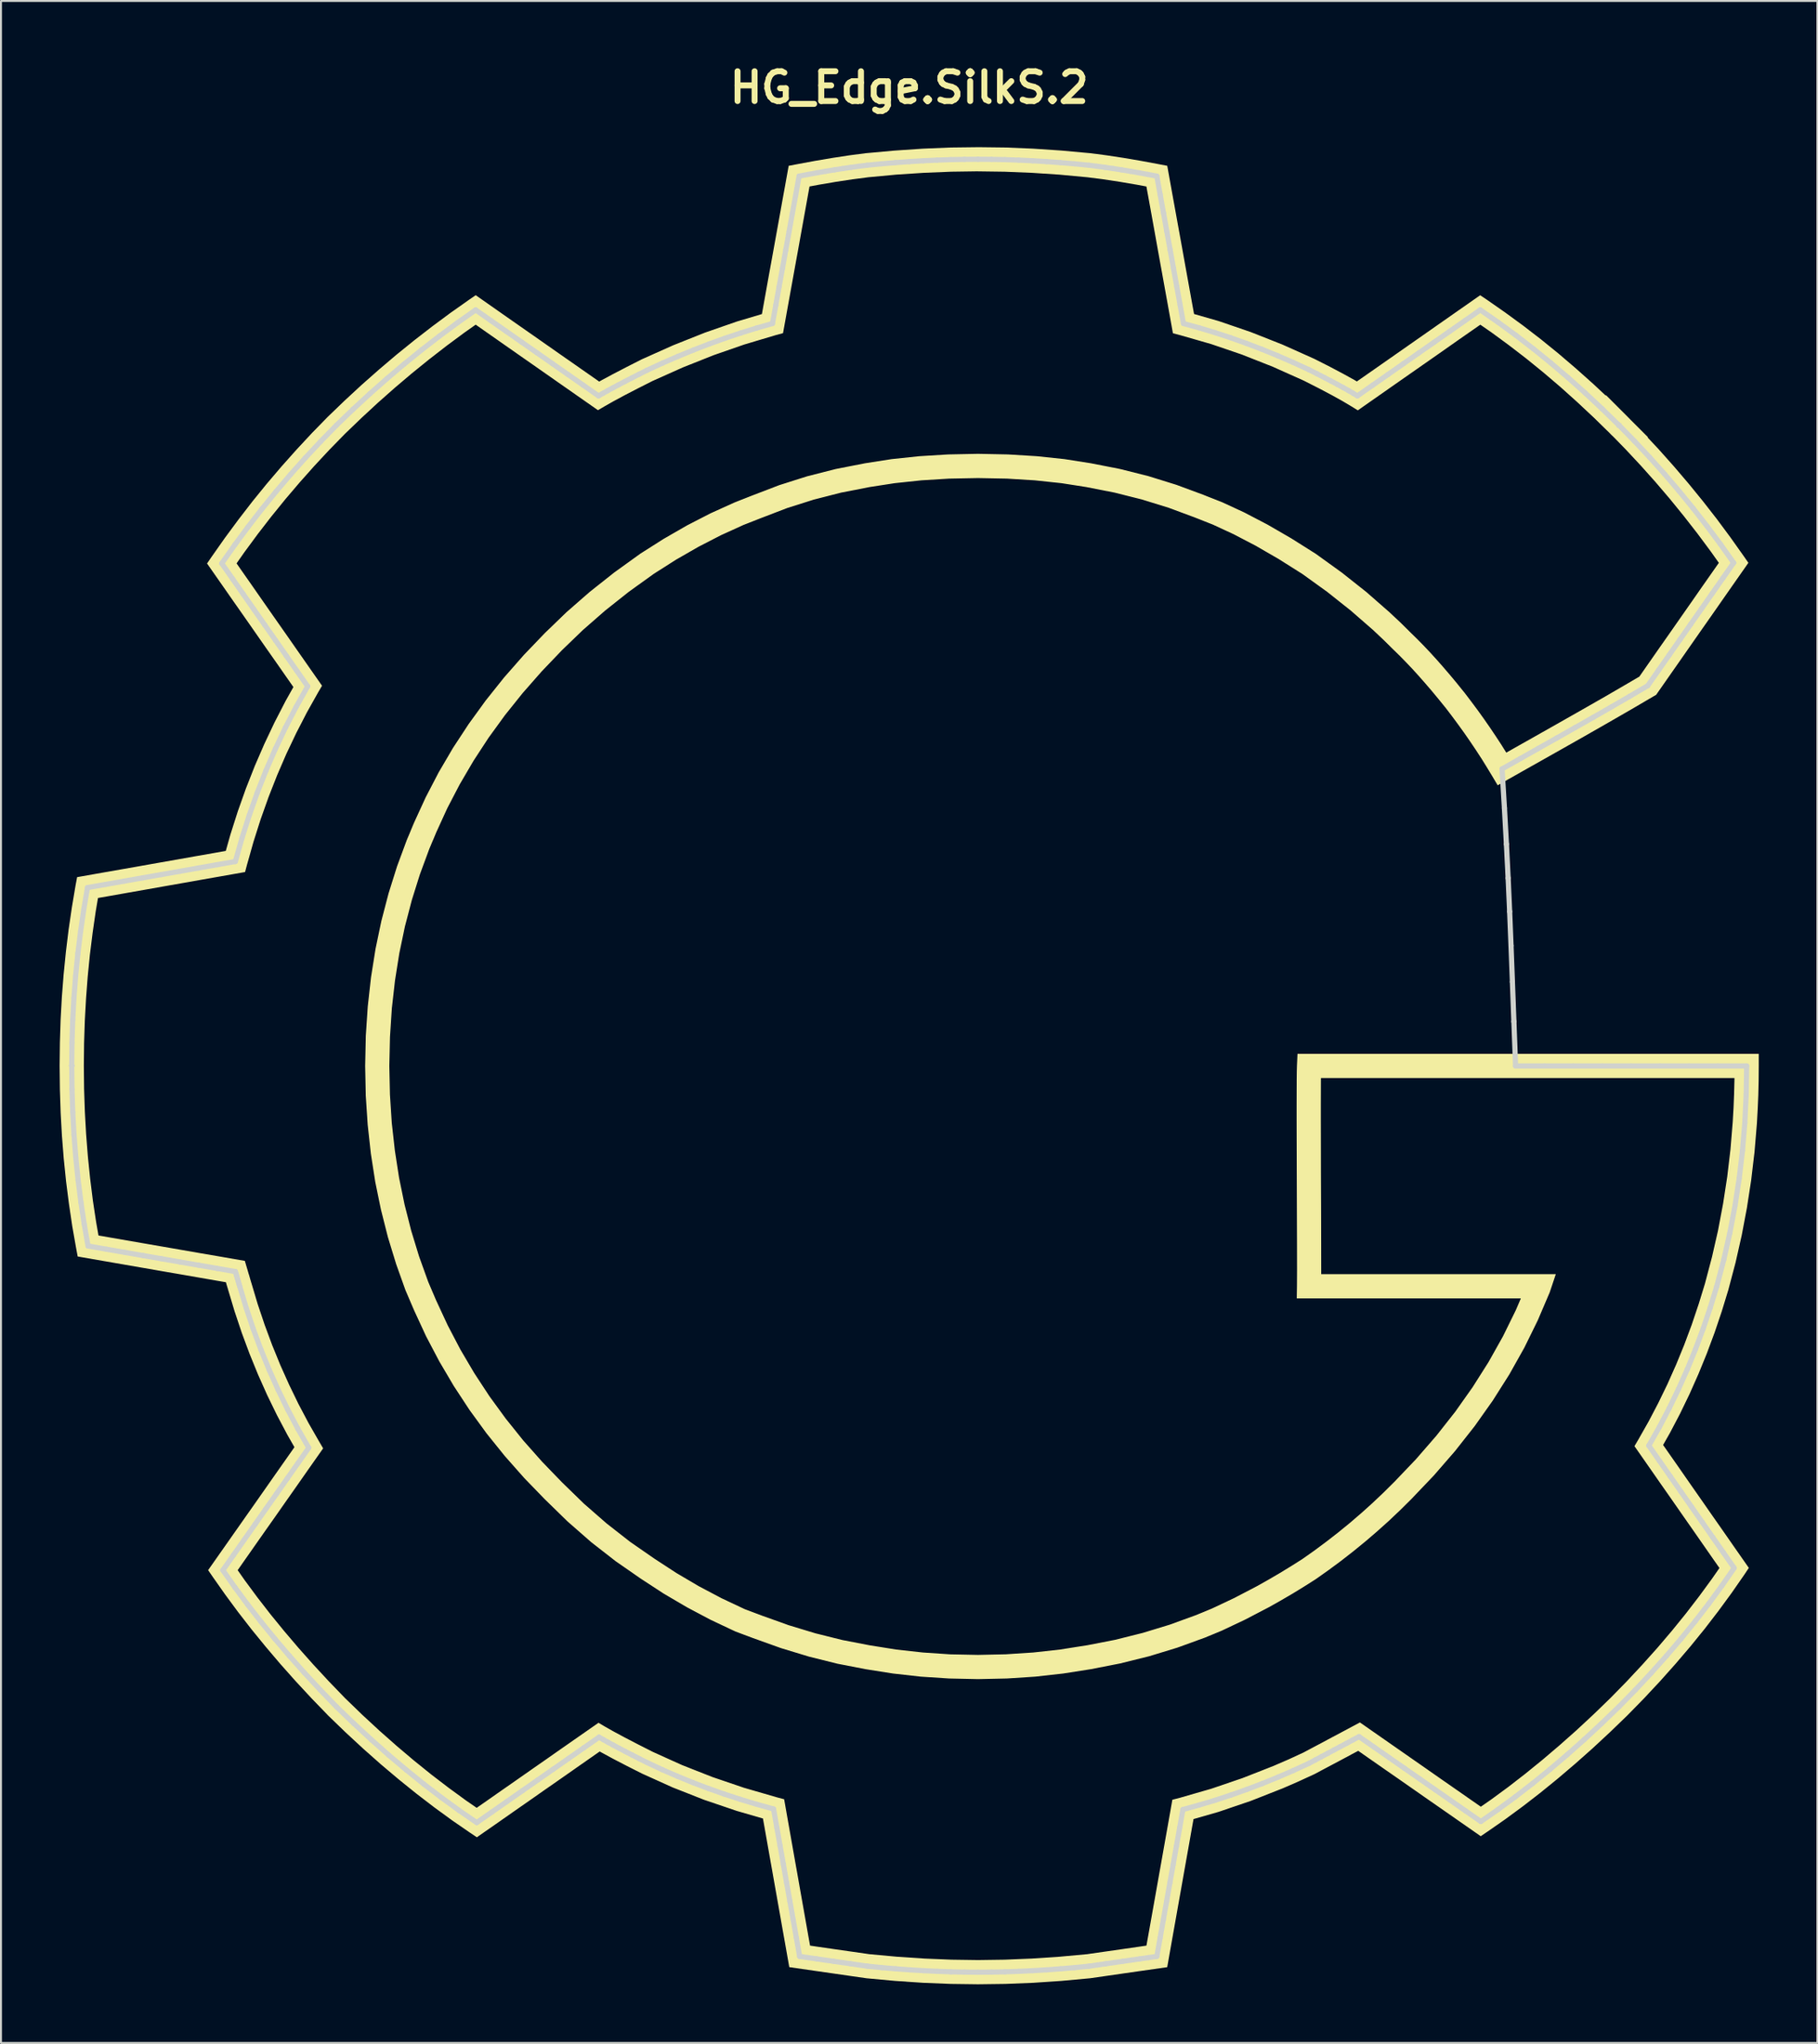
<source format=kicad_pcb>
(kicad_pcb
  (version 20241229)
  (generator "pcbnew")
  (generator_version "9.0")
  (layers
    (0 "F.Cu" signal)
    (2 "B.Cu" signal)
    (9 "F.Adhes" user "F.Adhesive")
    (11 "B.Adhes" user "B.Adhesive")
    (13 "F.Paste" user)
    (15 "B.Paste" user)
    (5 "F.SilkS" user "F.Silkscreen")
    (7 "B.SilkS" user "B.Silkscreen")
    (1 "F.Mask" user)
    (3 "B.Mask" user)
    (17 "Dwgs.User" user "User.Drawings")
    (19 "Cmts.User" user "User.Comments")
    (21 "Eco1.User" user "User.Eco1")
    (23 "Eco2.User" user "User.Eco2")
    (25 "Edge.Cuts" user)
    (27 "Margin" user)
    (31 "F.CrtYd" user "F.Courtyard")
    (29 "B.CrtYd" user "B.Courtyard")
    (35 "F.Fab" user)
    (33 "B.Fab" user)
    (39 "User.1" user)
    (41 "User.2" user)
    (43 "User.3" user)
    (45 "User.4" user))
  (footprint "HG_Edge.SilkS.2"
    (layer "F.Cu")
    (at 43.467 51.444)
    (property "Reference" "HG_Edge.SilkS.2" (at 0 -50.017 0) (layer "F.SilkS") (effects (font (size 1.524 1.524) (thickness 0.305))))
    (attr smd)
    (fp_poly (pts (xy 3.52 -46.968) (xy 4.889 -45.714) (xy 6.281 -45.657) (xy 7.694 -45.563) (xy 9.119 -45.43) (xy 9.93 -45.325) (xy 10.772 -45.198) (xy 11.647 -45.05) (xy 12.137 -44.958) (xy 12.403 -43.495) (xy 12.742 -41.61) (xy 13.084 -39.725) (xy 13.494 -37.452) (xy 13.877 -37.352) (xy 15.447 -36.901) (xy 17.026 -36.362) (xy 18.606 -35.739) (xy 20.194 -35.028) (xy 20.955 -34.641) (xy 21.617 -34.292) (xy 22.17 -33.985) (xy 22.608 -33.725) (xy 22.953 -33.511) (xy 24.86 -34.845) (xy 25.645 -35.393) (xy 26.432 -35.942) (xy 27.217 -36.491) (xy 28.002 -37.042) (xy 28.789 -37.591) (xy 29.221 -37.891) (xy 29.774 -37.509) (xy 30.668 -36.854) (xy 31.555 -36.173) (xy 32.434 -35.46) (xy 33.305 -34.718) (xy 34.168 -33.944) (xy 35.026 -33.143) (xy 35.666 -32.516) (xy 35.791 -32.397) (xy 35.925 -32.259) (xy 36.057 -32.132) (xy 36.662 -31.511) (xy 37.432 -30.686) (xy 38.184 -29.845) (xy 38.918 -28.985) (xy 39.633 -28.106) (xy 40.33 -27.212) (xy 41.01 -26.298) (xy 41.424 -25.714) (xy 41.125 -25.286) (xy 40.574 -24.501) (xy 40.026 -23.714) (xy 39.477 -22.929) (xy 38.928 -22.143) (xy 38.377 -21.358) (xy 37.828 -20.571) (xy 37.358 -19.897) (xy 36.557 -19.429) (xy 35.635 -18.893) (xy 34.705 -18.362) (xy 33.772 -17.831) (xy 32.834 -17.3) (xy 31.897 -16.77) (xy 30.961 -16.243) (xy 30.549 -16.009) (xy 30.307 -16.397) (xy 30.012 -16.848) (xy 29.709 -17.298) (xy 29.397 -17.747) (xy 29.074 -18.196) (xy 28.742 -18.641) (xy 28.401 -19.089) (xy 28.399 -19.091) (xy 28.395 -19.095) (xy 28.033 -19.542) (xy 28.033 -19.544) (xy 27.676 -19.972) (xy 27.326 -20.38) (xy 26.983 -20.77) (xy 26.645 -21.14) (xy 26.315 -21.489) (xy 25.988 -21.821) (xy 25.682 -22.12) (xy 25.67 -22.132) (xy 25.135 -22.661) (xy 24.568 -23.192) (xy 23.385 -24.226) (xy 22.131 -25.218) (xy 20.809 -26.171) (xy 20.803 -26.175) (xy 20.797 -26.179) (xy 19.545 -26.968) (xy 18.33 -27.671) (xy 17.148 -28.288) (xy 16.002 -28.818) (xy 15.992 -28.822) (xy 15.754 -28.915) (xy 15.525 -29.005) (xy 15.295 -29.095) (xy 15.07 -29.185) (xy 15.066 -29.187) (xy 13.674 -29.702) (xy 12.246 -30.146) (xy 10.787 -30.513) (xy 9.305 -30.804) (xy 7.949 -31.017) (xy 6.533 -31.167) (xy 5.057 -31.257) (xy 3.52 -31.288) (xy 1.992 -31.257) (xy 0.52 -31.167) (xy -0.9 -31.017) (xy -2.266 -30.804) (xy -3.76 -30.511) (xy -5.225 -30.138) (xy -6.652 -29.685) (xy -8.039 -29.154) (xy -8.258 -29.068) (xy -8.486 -28.978) (xy -8.717 -28.888) (xy -8.953 -28.794) (xy -8.961 -28.79) (xy -10.17 -28.243) (xy -11.373 -27.624) (xy -12.57 -26.935) (xy -13.764 -26.177) (xy -13.768 -26.175) (xy -13.771 -26.171) (xy -15.094 -25.218) (xy -16.348 -24.226) (xy -17.531 -23.193) (xy -18.645 -22.118) (xy -19.719 -20.999) (xy -20.727 -19.851) (xy -21.666 -18.675) (xy -22.537 -17.474) (xy -23.342 -16.247) (xy -24.076 -14.995) (xy -24.74 -13.718) (xy -25.338 -12.415) (xy -25.338 -12.413) (xy -25.385 -12.304) (xy -25.43 -12.196) (xy -25.475 -12.089) (xy -25.519 -11.98) (xy -25.564 -11.872) (xy -25.609 -11.765) (xy -25.656 -11.657) (xy -25.703 -11.544) (xy -25.705 -11.538) (xy -26.205 -10.188) (xy -26.637 -8.811) (xy -27.004 -7.407) (xy -27.303 -5.978) (xy -27.535 -4.52) (xy -27.701 -3.036) (xy -27.801 -1.526) (xy -27.834 0.011) (xy -27.803 1.528) (xy -27.705 3.022) (xy -27.543 4.493) (xy -27.318 5.94) (xy -27.025 7.366) (xy -26.67 8.767) (xy -26.248 10.146) (xy -25.764 11.499) (xy -25.758 11.509) (xy -25.701 11.642) (xy -25.65 11.763) (xy -25.598 11.884) (xy -25.545 12.007) (xy -25.494 12.128) (xy -25.441 12.249) (xy -25.389 12.372) (xy -25.336 12.493) (xy -25.336 12.495) (xy -24.723 13.822) (xy -24.043 15.115) (xy -23.301 16.374) (xy -22.496 17.601) (xy -21.627 18.794) (xy -20.693 19.954) (xy -19.697 21.081) (xy -18.646 22.165) (xy -17.478 23.304) (xy -16.27 24.361) (xy -15.02 25.335) (xy -13.73 26.23) (xy -12.568 26.988) (xy -11.371 27.691) (xy -10.154 28.335) (xy -8.914 28.919) (xy -8.898 28.927) (xy -8.658 29.017) (xy -8.436 29.101) (xy -8.213 29.183) (xy -7.99 29.267) (xy -6.562 29.779) (xy -5.121 30.216) (xy -3.678 30.576) (xy -2.228 30.857) (xy -0.836 31.078) (xy 0.592 31.238) (xy 2.045 31.333) (xy 3.52 31.365) (xy 4.996 31.333) (xy 6.451 31.238) (xy 7.889 31.078) (xy 9.303 30.855) (xy 10.801 30.562) (xy 12.279 30.195) (xy 13.729 29.753) (xy 15.15 29.236) (xy 15.154 29.234) (xy 15.361 29.148) (xy 15.563 29.066) (xy 15.764 28.982) (xy 15.975 28.894) (xy 15.982 28.892) (xy 17.188 28.322) (xy 18.391 27.695) (xy 18.992 27.357) (xy 19.594 27.007) (xy 20.193 26.64) (xy 20.795 26.259) (xy 20.801 26.253) (xy 20.809 26.249) (xy 21.461 25.788) (xy 22.102 25.314) (xy 22.729 24.825) (xy 23.344 24.323) (xy 23.947 23.806) (xy 24.539 23.275) (xy 25.117 22.728) (xy 25.68 22.171) (xy 26.842 20.954) (xy 27.926 19.706) (xy 28.932 18.429) (xy 29.859 17.12) (xy 30.707 15.782) (xy 31.475 14.413) (xy 32.162 13.015) (xy 32.772 11.587) (xy 32.777 11.571) (xy 32.785 11.546) (xy 32.789 11.536) (xy 32.793 11.526) (xy 32.797 11.514) (xy 32.799 11.504) (xy 32.803 11.494) (xy 32.807 11.483) (xy 33.084 10.657) (xy 30.752 10.657) (xy 29.281 10.657) (xy 27.811 10.657) (xy 26.34 10.657) (xy 24.869 10.657) (xy 23.399 10.657) (xy 21.928 10.657) (xy 21.08 10.657) (xy 21.08 10.461) (xy 21.078 9.106) (xy 21.074 7.397) (xy 21.066 5.522) (xy 21.063 3.66) (xy 21.061 2.793) (xy 21.061 2) (xy 21.063 1.303) (xy 21.065 0.725) (xy 21.067 0.629) (xy 21.858 0.629) (xy 23.256 0.629) (xy 24.656 0.629) (xy 26.055 0.629) (xy 27.455 0.629) (xy 28.854 0.629) (xy 30.254 0.629) (xy 31.652 0.629) (xy 33.053 0.629) (xy 34.451 0.629) (xy 35.852 0.629) (xy 37.25 0.629) (xy 38.651 0.629) (xy 40.049 0.629) (xy 41.449 0.629) (xy 42.223 0.629) (xy 42.223 0.733) (xy 42.205 1.449) (xy 42.176 2.164) (xy 42.135 2.873) (xy 42.018 4.283) (xy 41.854 5.678) (xy 41.641 7.057) (xy 41.383 8.422) (xy 41.076 9.772) (xy 40.723 11.106) (xy 40.725 11.104) (xy 40.395 12.18) (xy 40.039 13.237) (xy 39.654 14.27) (xy 39.24 15.281) (xy 38.799 16.272) (xy 38.33 17.238) (xy 37.834 18.186) (xy 37.309 19.11) (xy 37.108 19.453) (xy 37.881 20.561) (xy 38.426 21.344) (xy 38.973 22.125) (xy 39.518 22.908) (xy 40.065 23.69) (xy 40.61 24.473) (xy 41.154 25.254) (xy 41.455 25.684) (xy 41.071 26.237) (xy 40.416 27.131) (xy 39.735 28.016) (xy 39.022 28.895) (xy 38.279 29.768) (xy 37.506 30.631) (xy 36.705 31.488) (xy 35.877 32.334) (xy 35.004 33.178) (xy 34.131 33.989) (xy 33.256 34.764) (xy 32.385 35.504) (xy 31.512 36.213) (xy 30.641 36.887) (xy 29.77 37.526) (xy 29.246 37.889) (xy 28.822 37.594) (xy 28.043 37.051) (xy 27.264 36.51) (xy 26.487 35.967) (xy 25.707 35.424) (xy 24.928 34.881) (xy 24.151 34.34) (xy 23.061 33.58) (xy 22.406 33.93) (xy 22.086 34.1) (xy 21.766 34.27) (xy 21.447 34.44) (xy 21.127 34.612) (xy 20.807 34.781) (xy 20.487 34.951) (xy 20.168 35.121) (xy 19.412 35.469) (xy 18.627 35.809) (xy 17.047 36.428) (xy 15.453 36.971) (xy 13.848 37.434) (xy 13.465 37.533) (xy 13.063 39.801) (xy 12.729 41.678) (xy 12.395 43.557) (xy 12.139 44.992) (xy 11.713 45.055) (xy 10.844 45.18) (xy 9.975 45.305) (xy 9.106 45.43) (xy 7.694 45.559) (xy 6.281 45.654) (xy 4.889 45.711) (xy 3.52 45.731) (xy 2.162 45.711) (xy 2.16 45.711) (xy 0.777 45.654) (xy -0.629 45.559) (xy -2.039 45.43) (xy -2.908 45.305) (xy -3.777 45.18) (xy -4.646 45.055) (xy -5.072 44.992) (xy -5.328 43.549) (xy -5.662 41.664) (xy -5.996 39.781) (xy -6.398 37.508) (xy -6.779 37.406) (xy -8.449 36.922) (xy -10.064 36.373) (xy -11.621 35.76) (xy -13.115 35.086) (xy -13.123 35.082) (xy -13.89 34.693) (xy -14.556 34.348) (xy -15.111 34.049) (xy -15.555 33.799) (xy -15.896 33.598) (xy -17.787 34.916) (xy -18.568 35.463) (xy -19.351 36.008) (xy -20.133 36.555) (xy -20.916 37.1) (xy -21.697 37.647) (xy -22.129 37.947) (xy -22.672 37.572) (xy -23.558 36.926) (xy -24.447 36.246) (xy -25.334 35.531) (xy -26.219 34.783) (xy -27.103 34.002) (xy -27.986 33.186) (xy -28.867 32.334) (xy -29.685 31.486) (xy -30.478 30.631) (xy -31.242 29.772) (xy -31.976 28.91) (xy -32.68 28.047) (xy -33.351 27.182) (xy -33.992 26.315) (xy -34.357 25.795) (xy -34.058 25.367) (xy -33.51 24.586) (xy -32.961 23.803) (xy -32.41 23.022) (xy -31.861 22.238) (xy -31.312 21.457) (xy -30.764 20.674) (xy -29.984 19.565) (xy -30.187 19.221) (xy -30.732 18.27) (xy -31.244 17.301) (xy -31.724 16.313) (xy -32.174 15.309) (xy -32.592 14.285) (xy -32.978 13.244) (xy -33.334 12.184) (xy -33.656 11.106) (xy -33.658 11.104) (xy -33.687 11.006) (xy -33.715 10.912) (xy -33.742 10.819) (xy -33.769 10.723) (xy -33.799 10.629) (xy -33.826 10.535) (xy -33.853 10.442) (xy -33.99 9.979) (xy -35.312 9.75) (xy -36.254 9.588) (xy -37.195 9.424) (xy -38.139 9.26) (xy -39.08 9.098) (xy -40.023 8.934) (xy -40.965 8.77) (xy -41.478 8.682) (xy -41.598 8) (xy -41.766 6.887) (xy -41.906 5.766) (xy -42.021 4.635) (xy -42.111 3.493) (xy -42.176 2.342) (xy -42.215 1.18) (xy -42.228 0.01) (xy -42.228 0.008) (xy -42.228 0.004) (xy -42.228 0.00012) (xy -42.228 -0.002) (xy -42.228 -0.006) (xy -42.228 -0.008) (xy -42.228 -0.012) (xy -42.228 -0.014) (xy -42.215 -1.158) (xy -42.178 -2.297) (xy -42.115 -3.43) (xy -42.029 -4.557) (xy -41.918 -5.676) (xy -41.779 -6.789) (xy -41.619 -7.897) (xy -41.504 -8.576) (xy -40.988 -8.666) (xy -40.041 -8.834) (xy -39.096 -9) (xy -38.15 -9.168) (xy -37.205 -9.334) (xy -36.26 -9.502) (xy -35.312 -9.668) (xy -33.978 -9.904) (xy -33.877 -10.285) (xy -33.545 -11.459) (xy -33.178 -12.611) (xy -32.775 -13.742) (xy -32.338 -14.854) (xy -31.867 -15.944) (xy -31.359 -17.012) (xy -30.818 -18.061) (xy -30.242 -19.088) (xy -30.041 -19.43) (xy -30.818 -20.541) (xy -31.367 -21.326) (xy -31.916 -22.113) (xy -32.467 -22.899) (xy -33.016 -23.684) (xy -33.564 -24.471) (xy -34.113 -25.256) (xy -34.414 -25.686) (xy -34.004 -26.27) (xy -33.33 -27.184) (xy -32.635 -28.082) (xy -31.92 -28.963) (xy -31.185 -29.826) (xy -30.432 -30.672) (xy -29.658 -31.502) (xy -28.867 -32.311) (xy -28.865 -32.313) (xy -28.863 -32.315) (xy -28.029 -33.117) (xy -27.179 -33.903) (xy -26.318 -34.664) (xy -25.443 -35.405) (xy -24.558 -36.121) (xy -23.66 -36.817) (xy -22.752 -37.489) (xy -22.179 -37.893) (xy -21.75 -37.592) (xy -20.965 -37.043) (xy -20.178 -36.492) (xy -19.392 -35.944) (xy -18.607 -35.395) (xy -17.822 -34.846) (xy -15.924 -33.52) (xy -15.582 -33.719) (xy -15.138 -33.971) (xy -14.584 -34.27) (xy -13.918 -34.615) (xy -13.142 -35.008) (xy -11.588 -35.703) (xy -10.012 -36.33) (xy -8.426 -36.881) (xy -6.832 -37.356) (xy -6.455 -37.459) (xy -6.045 -39.727) (xy -5.703 -41.612) (xy -5.363 -43.496) (xy -5.099 -44.959) (xy -4.607 -45.051) (xy -3.732 -45.199) (xy -2.89 -45.326) (xy -2.08 -45.432) (xy -0.656 -45.565) (xy 0.758 -45.658) (xy 2.149 -45.715) (xy 3.52 -45.735) (xy 3.52 -45.733) (xy 4.889 -45.714) (xy 3.52 -46.968) (xy 2.115 -46.951) (xy 0.691 -46.892) (xy -0.754 -46.794) (xy -2.219 -46.66) (xy -2.225 -46.66) (xy -2.229 -46.66) (xy -3.064 -46.55) (xy -3.928 -46.419) (xy -4.824 -46.267) (xy -5.75 -46.095) (xy -6.166 -46.015) (xy -6.582 -43.714) (xy -6.922 -41.83) (xy -7.264 -39.945) (xy -7.535 -38.435) (xy -8.807 -38.056) (xy -10.443 -37.488) (xy -12.07 -36.841) (xy -13.686 -36.119) (xy -13.691 -36.115) (xy -13.697 -36.113) (xy -14.483 -35.714) (xy -15.162 -35.361) (xy -15.736 -35.052) (xy -15.859 -34.982) (xy -17.111 -35.857) (xy -17.899 -36.406) (xy -18.684 -36.956) (xy -19.469 -37.505) (xy -20.256 -38.054) (xy -21.041 -38.603) (xy -22.178 -39.4) (xy -22.533 -39.156) (xy -23.477 -38.49) (xy -24.408 -37.8) (xy -25.326 -37.089) (xy -26.234 -36.355) (xy -27.127 -35.597) (xy -28.01 -34.818) (xy -28.879 -34.015) (xy -29.736 -33.191) (xy -29.738 -33.189) (xy -29.74 -33.187) (xy -30.553 -32.355) (xy -31.346 -31.503) (xy -32.119 -30.636) (xy -32.873 -29.751) (xy -33.606 -28.849) (xy -34.317 -27.927) (xy -35.01 -26.99) (xy -35.682 -26.034) (xy -35.924 -25.681) (xy -35.129 -24.544) (xy -34.58 -23.757) (xy -34.029 -22.972) (xy -33.481 -22.187) (xy -32.932 -21.4) (xy -32.381 -20.615) (xy -31.832 -19.829) (xy -31.506 -19.363) (xy -31.908 -18.646) (xy -32.469 -17.558) (xy -32.994 -16.45) (xy -33.483 -15.324) (xy -33.936 -14.173) (xy -34.352 -13.003) (xy -34.731 -11.812) (xy -34.965 -10.984) (xy -35.529 -10.884) (xy -36.475 -10.718) (xy -37.42 -10.55) (xy -38.365 -10.384) (xy -39.311 -10.216) (xy -40.256 -10.05) (xy -41.203 -9.884) (xy -42.572 -9.642) (xy -42.651 -9.218) (xy -42.842 -8.087) (xy -43.008 -6.952) (xy -43.147 -5.81) (xy -43.262 -4.663) (xy -43.352 -3.509) (xy -43.416 -2.349) (xy -43.453 -1.183) (xy -43.467 -0.011) (xy -43.467 -0.009) (xy -43.467 -0.005) (xy -43.467 -0.003) (xy -43.467 0.001) (xy -43.467 0.003) (xy -43.467 0.007) (xy -43.467 0.011) (xy -43.467 0.013) (xy -43.453 1.21) (xy -43.414 2.4) (xy -43.348 3.579) (xy -43.256 4.749) (xy -43.137 5.909) (xy -42.99 7.06) (xy -42.821 8.202) (xy -42.621 9.333) (xy -42.543 9.755) (xy -41.176 9.993) (xy -40.235 10.156) (xy -39.291 10.32) (xy -38.35 10.484) (xy -37.408 10.646) (xy -36.465 10.81) (xy -35.524 10.974) (xy -34.959 11.072) (xy -34.957 11.078) (xy -34.93 11.173) (xy -34.902 11.267) (xy -34.873 11.361) (xy -34.846 11.454) (xy -34.514 12.562) (xy -34.147 13.659) (xy -33.746 14.738) (xy -33.313 15.798) (xy -32.848 16.839) (xy -32.348 17.865) (xy -31.817 18.868) (xy -31.453 19.505) (xy -31.776 19.966) (xy -32.326 20.747) (xy -32.875 21.531) (xy -33.424 22.314) (xy -33.973 23.094) (xy -34.523 23.877) (xy -35.072 24.659) (xy -35.869 25.793) (xy -35.625 26.147) (xy -34.996 27.041) (xy -34.338 27.932) (xy -33.648 28.821) (xy -32.928 29.703) (xy -32.178 30.586) (xy -31.396 31.465) (xy -30.584 32.34) (xy -29.742 33.211) (xy -29.74 33.215) (xy -29.736 33.219) (xy -28.836 34.088) (xy -27.934 34.922) (xy -27.029 35.723) (xy -26.121 36.489) (xy -25.213 37.221) (xy -24.301 37.92) (xy -23.387 38.586) (xy -22.471 39.217) (xy -22.119 39.452) (xy -20.988 38.665) (xy -20.207 38.118) (xy -19.424 37.573) (xy -18.643 37.026) (xy -17.859 36.481) (xy -17.078 35.934) (xy -15.834 35.065) (xy -15.709 35.135) (xy -15.135 35.446) (xy -14.455 35.799) (xy -13.668 36.196) (xy -13.664 36.198) (xy -13.66 36.2) (xy -12.103 36.903) (xy -10.49 37.538) (xy -8.822 38.104) (xy -7.482 38.493) (xy -7.215 39.999) (xy -6.881 41.883) (xy -6.547 43.768) (xy -6.135 46.092) (xy -4.822 46.282) (xy -3.953 46.407) (xy -3.084 46.532) (xy -2.203 46.659) (xy -2.191 46.661) (xy -0.728 46.796) (xy 0.711 46.893) (xy 2.127 46.95) (xy 3.52 46.969) (xy 4.924 46.95) (xy 6.348 46.893) (xy 7.793 46.796) (xy 9.258 46.661) (xy 9.27 46.659) (xy 10.15 46.532) (xy 11.02 46.407) (xy 11.889 46.282) (xy 13.201 46.094) (xy 13.613 43.776) (xy 13.947 41.897) (xy 14.281 40.02) (xy 14.547 38.522) (xy 15.824 38.155) (xy 17.473 37.594) (xy 19.106 36.952) (xy 19.916 36.6) (xy 20.723 36.229) (xy 20.736 36.223) (xy 21.068 36.045) (xy 21.389 35.876) (xy 21.709 35.706) (xy 22.029 35.536) (xy 22.348 35.366) (xy 22.668 35.194) (xy 22.975 35.032) (xy 23.441 35.358) (xy 24.221 35.901) (xy 25 36.442) (xy 25.779 36.985) (xy 26.557 37.528) (xy 27.336 38.069) (xy 28.115 38.612) (xy 29.242 39.397) (xy 29.594 39.159) (xy 30.49 38.536) (xy 31.387 37.877) (xy 32.281 37.186) (xy 33.176 36.459) (xy 34.068 35.7) (xy 34.963 34.907) (xy 35.854 34.079) (xy 36.746 33.219) (xy 36.748 33.217) (xy 36.75 33.215) (xy 37.6 32.346) (xy 38.42 31.469) (xy 39.211 30.582) (xy 39.973 29.69) (xy 40.705 28.788) (xy 41.406 27.877) (xy 42.08 26.957) (xy 42.723 26.032) (xy 42.959 25.678) (xy 42.17 24.549) (xy 41.625 23.766) (xy 41.078 22.985) (xy 40.533 22.202) (xy 39.986 21.42) (xy 39.442 20.637) (xy 38.895 19.854) (xy 38.572 19.393) (xy 38.92 18.782) (xy 39.436 17.799) (xy 39.922 16.795) (xy 40.379 15.768) (xy 40.807 14.721) (xy 41.205 13.653) (xy 41.574 12.561) (xy 41.914 11.45) (xy 41.914 11.448) (xy 41.914 11.446) (xy 42.279 10.069) (xy 42.594 8.676) (xy 42.861 7.268) (xy 43.08 5.846) (xy 43.25 4.409) (xy 43.371 2.957) (xy 43.412 2.227) (xy 43.444 1.492) (xy 43.461 0.754) (xy 43.467 0.012) (xy 43.467 -0.607) (xy 41.449 -0.607) (xy 40.049 -0.607) (xy 38.651 -0.607) (xy 37.25 -0.607) (xy 35.852 -0.607) (xy 34.451 -0.607) (xy 33.053 -0.607) (xy 31.653 -0.607) (xy 30.254 -0.607) (xy 28.854 -0.607) (xy 27.455 -0.607) (xy 26.055 -0.607) (xy 24.656 -0.607) (xy 23.256 -0.607) (xy 21.858 -0.607) (xy 19.867 -0.607) (xy 19.84 -0.017) (xy 19.832 0.274) (xy 19.832 0.276) (xy 19.826 0.719) (xy 19.824 1.301) (xy 19.822 2) (xy 19.822 2.797) (xy 19.824 3.664) (xy 19.83 5.528) (xy 19.836 7.405) (xy 19.842 9.11) (xy 19.844 10.461) (xy 19.84 11.268) (xy 19.83 11.897) (xy 21.928 11.897) (xy 23.399 11.897) (xy 24.869 11.897) (xy 26.34 11.897) (xy 27.811 11.897) (xy 29.282 11.897) (xy 30.752 11.897) (xy 31.295 11.897) (xy 31.037 12.5) (xy 30.379 13.838) (xy 29.643 15.149) (xy 28.83 16.432) (xy 27.94 17.69) (xy 26.973 18.918) (xy 25.928 20.121) (xy 24.805 21.297) (xy 24.803 21.299) (xy 24.801 21.299) (xy 24.256 21.84) (xy 23.699 22.366) (xy 23.131 22.877) (xy 22.551 23.375) (xy 21.957 23.86) (xy 21.352 24.33) (xy 20.736 24.788) (xy 20.108 25.231) (xy 19.539 25.59) (xy 18.959 25.944) (xy 18.377 26.284) (xy 17.797 26.61) (xy 16.637 27.215) (xy 15.477 27.762) (xy 15.291 27.838) (xy 15.09 27.922) (xy 14.889 28.004) (xy 14.695 28.084) (xy 14.693 28.084) (xy 14.686 28.088) (xy 13.336 28.579) (xy 11.949 29.002) (xy 10.533 29.356) (xy 9.09 29.637) (xy 9.086 29.637) (xy 9.082 29.637) (xy 7.723 29.852) (xy 6.344 30.004) (xy 4.942 30.096) (xy 3.52 30.127) (xy 2.098 30.098) (xy 0.701 30.004) (xy -0.67 29.852) (xy -2.015 29.637) (xy -2.019 29.637) (xy -2.025 29.635) (xy -3.41 29.368) (xy -4.793 29.024) (xy -6.172 28.606) (xy -7.551 28.112) (xy -7.553 28.11) (xy -7.779 28.026) (xy -8.002 27.942) (xy -8.225 27.858) (xy -8.412 27.789) (xy -8.42 27.785) (xy -9.6 27.229) (xy -10.768 26.612) (xy -11.916 25.936) (xy -13.043 25.201) (xy -13.049 25.197) (xy -13.055 25.193) (xy -14.285 24.34) (xy -15.48 23.406) (xy -16.639 22.395) (xy -17.762 21.303) (xy -17.766 21.299) (xy -17.77 21.295) (xy -18.789 20.24) (xy -19.748 19.158) (xy -20.643 18.043) (xy -21.479 16.896) (xy -22.25 15.721) (xy -22.961 14.514) (xy -23.611 13.273) (xy -24.199 12.006) (xy -24.201 12.004) (xy -24.252 11.885) (xy -24.303 11.764) (xy -24.356 11.64) (xy -24.408 11.519) (xy -24.459 11.398) (xy -24.512 11.275) (xy -24.564 11.154) (xy -24.607 11.053) (xy -25.074 9.756) (xy -25.479 8.433) (xy -25.82 7.09) (xy -26.1 5.723) (xy -26.316 4.33) (xy -26.473 2.914) (xy -26.566 1.474) (xy -26.598 0.012) (xy -26.564 -1.471) (xy -26.469 -2.926) (xy -26.309 -4.352) (xy -26.086 -5.752) (xy -25.799 -7.123) (xy -25.447 -8.469) (xy -25.033 -9.787) (xy -24.559 -11.069) (xy -24.555 -11.08) (xy -24.514 -11.178) (xy -24.469 -11.285) (xy -24.424 -11.393) (xy -24.379 -11.5) (xy -24.332 -11.608) (xy -24.287 -11.717) (xy -24.242 -11.824) (xy -24.199 -11.928) (xy -24.197 -11.932) (xy -23.629 -13.174) (xy -22.992 -14.395) (xy -22.289 -15.594) (xy -21.52 -16.77) (xy -20.682 -17.924) (xy -19.777 -19.053) (xy -18.805 -20.16) (xy -17.766 -21.246) (xy -17.766 -21.248) (xy -17.764 -21.248) (xy -16.693 -22.28) (xy -15.555 -23.274) (xy -14.348 -24.231) (xy -13.068 -25.151) (xy -11.93 -25.875) (xy -10.781 -26.535) (xy -9.631 -27.127) (xy -8.492 -27.645) (xy -8.486 -27.647) (xy -8.478 -27.651) (xy -8.264 -27.735) (xy -8.033 -27.825) (xy -7.805 -27.915) (xy -7.568 -28.008) (xy -7.562 -28.01) (xy -6.242 -28.516) (xy -4.885 -28.946) (xy -3.488 -29.303) (xy -2.053 -29.584) (xy -2.049 -29.584) (xy -2.045 -29.586) (xy -0.74 -29.788) (xy 0.621 -29.932) (xy 2.041 -30.02) (xy 3.52 -30.049) (xy 5.006 -30.02) (xy 6.43 -29.932) (xy 7.789 -29.788) (xy 9.082 -29.586) (xy 9.086 -29.584) (xy 9.09 -29.584) (xy 10.516 -29.303) (xy 11.912 -28.952) (xy 13.275 -28.53) (xy 14.609 -28.036) (xy 14.611 -28.034) (xy 14.842 -27.944) (xy 15.072 -27.852) (xy 15.301 -27.762) (xy 15.531 -27.672) (xy 16.602 -27.176) (xy 17.733 -26.586) (xy 18.904 -25.909) (xy 20.119 -25.143) (xy 21.385 -24.231) (xy 22.594 -23.272) (xy 23.733 -22.28) (xy 24.276 -21.768) (xy 24.801 -21.249) (xy 24.809 -21.243) (xy 24.815 -21.237) (xy 25.115 -20.944) (xy 25.422 -20.629) (xy 25.738 -20.297) (xy 26.061 -19.942) (xy 26.391 -19.567) (xy 26.731 -19.172) (xy 27.076 -18.756) (xy 27.428 -18.321) (xy 27.424 -18.329) (xy 27.754 -17.897) (xy 28.074 -17.465) (xy 28.387 -17.032) (xy 28.688 -16.598) (xy 28.981 -16.164) (xy 29.262 -15.731) (xy 29.264 -15.731) (xy 29.535 -15.295) (xy 29.799 -14.86) (xy 30.11 -14.338) (xy 30.637 -14.637) (xy 31.569 -15.164) (xy 32.506 -15.692) (xy 33.444 -16.221) (xy 34.383 -16.752) (xy 35.319 -17.286) (xy 36.252 -17.821) (xy 37.18 -18.358) (xy 38.102 -18.899) (xy 38.217 -18.965) (xy 38.844 -19.862) (xy 39.393 -20.647) (xy 39.942 -21.434) (xy 40.49 -22.219) (xy 41.041 -23.004) (xy 41.59 -23.791) (xy 42.139 -24.577) (xy 42.936 -25.715) (xy 42.69 -26.069) (xy 42.012 -27.024) (xy 41.317 -27.961) (xy 40.602 -28.877) (xy 39.867 -29.778) (xy 39.115 -30.659) (xy 38.346 -31.522) (xy 37.776 -32.131) (xy 37.807 -32.131) (xy 36.912 -33.026) (xy 36.75 -33.192) (xy 35.643 -34.297) (xy 35.645 -34.26) (xy 35.004 -34.858) (xy 34.117 -35.649) (xy 33.225 -36.411) (xy 32.323 -37.143) (xy 31.412 -37.844) (xy 30.492 -38.516) (xy 29.567 -39.161) (xy 29.213 -39.397) (xy 28.078 -38.604) (xy 27.293 -38.055) (xy 26.508 -37.506) (xy 25.723 -36.957) (xy 24.936 -36.407) (xy 24.151 -35.858) (xy 22.905 -34.989) (xy 22.783 -35.061) (xy 22.205 -35.381) (xy 21.524 -35.741) (xy 20.735 -36.141) (xy 20.729 -36.143) (xy 20.723 -36.147) (xy 19.086 -36.879) (xy 17.451 -37.524) (xy 15.821 -38.081) (xy 14.574 -38.438) (xy 14.301 -39.946) (xy 13.961 -41.831) (xy 13.619 -43.715) (xy 13.203 -46.016) (xy 12.787 -46.096) (xy 11.862 -46.268) (xy 10.967 -46.421) (xy 10.102 -46.551) (xy 9.268 -46.661) (xy 9.262 -46.661) (xy 9.258 -46.661) (xy 7.793 -46.796) (xy 6.348 -46.893) (xy 4.924 -46.952) (xy 3.52 -46.969) (xy 3.52 -46.968)) (stroke (width 0) (type solid)) (fill yes) (layer "F.SilkS"))
    (fp_line (start -42.847 -0.012) (end -42.835 -1.17) (stroke (width 0.265) (type solid)) (layer "Edge.Cuts"))
    (fp_line (start -42.847 -0.009) (end -42.847 -0.012) (stroke (width 0.265) (type solid)) (layer "Edge.Cuts"))
    (fp_line (start -42.847 -0.006) (end -42.847 -0.009) (stroke (width 0.265) (type solid)) (layer "Edge.Cuts"))
    (fp_line (start -42.847 -0.003) (end -42.847 -0.006) (stroke (width 0.265) (type solid)) (layer "Edge.Cuts"))
    (fp_line (start -42.847 -0.00012) (end -42.847 -0.003) (stroke (width 0.265) (type solid)) (layer "Edge.Cuts"))
    (fp_line (start -42.847 0.003) (end -42.847 -0.00012) (stroke (width 0.265) (type solid)) (layer "Edge.Cuts"))
    (fp_line (start -42.847 0.006) (end -42.847 0.003) (stroke (width 0.265) (type solid)) (layer "Edge.Cuts"))
    (fp_line (start -42.847 0.009) (end -42.847 0.006) (stroke (width 0.265) (type solid)) (layer "Edge.Cuts"))
    (fp_line (start -42.847 0.012) (end -42.847 0.009) (stroke (width 0.265) (type solid)) (layer "Edge.Cuts"))
    (fp_line (start -42.835 -1.17) (end -42.797 -2.323) (stroke (width 0.265) (type solid)) (layer "Edge.Cuts"))
    (fp_line (start -42.834 1.196) (end -42.847 0.012) (stroke (width 0.265) (type solid)) (layer "Edge.Cuts"))
    (fp_line (start -42.797 -2.323) (end -42.734 -3.469) (stroke (width 0.265) (type solid)) (layer "Edge.Cuts"))
    (fp_line (start -42.795 2.371) (end -42.834 1.196) (stroke (width 0.265) (type solid)) (layer "Edge.Cuts"))
    (fp_line (start -42.734 -3.469) (end -42.646 -4.609) (stroke (width 0.265) (type solid)) (layer "Edge.Cuts"))
    (fp_line (start -42.73 3.536) (end -42.795 2.371) (stroke (width 0.265) (type solid)) (layer "Edge.Cuts"))
    (fp_line (start -42.646 -4.609) (end -42.532 -5.742) (stroke (width 0.265) (type solid)) (layer "Edge.Cuts"))
    (fp_line (start -42.639 4.692) (end -42.73 3.536) (stroke (width 0.265) (type solid)) (layer "Edge.Cuts"))
    (fp_line (start -42.532 -5.742) (end -42.394 -6.87) (stroke (width 0.265) (type solid)) (layer "Edge.Cuts"))
    (fp_line (start -42.521 5.838) (end -42.639 4.692) (stroke (width 0.265) (type solid)) (layer "Edge.Cuts"))
    (fp_line (start -42.394 -6.87) (end -42.23 -7.992) (stroke (width 0.265) (type solid)) (layer "Edge.Cuts"))
    (fp_line (start -42.378 6.974) (end -42.521 5.838) (stroke (width 0.265) (type solid)) (layer "Edge.Cuts"))
    (fp_line (start -42.23 -7.992) (end -42.041 -9.107) (stroke (width 0.265) (type solid)) (layer "Edge.Cuts"))
    (fp_line (start -42.208 8.101) (end -42.378 6.974) (stroke (width 0.265) (type solid)) (layer "Edge.Cuts"))
    (fp_line (start -42.041 -9.107) (end -41.095 -9.274) (stroke (width 0.265) (type solid)) (layer "Edge.Cuts"))
    (fp_line (start -42.013 9.218) (end -42.208 8.101) (stroke (width 0.265) (type solid)) (layer "Edge.Cuts"))
    (fp_line (start -41.095 -9.274) (end -40.149 -9.441) (stroke (width 0.265) (type solid)) (layer "Edge.Cuts"))
    (fp_line (start -41.071 9.382) (end -42.013 9.218) (stroke (width 0.265) (type solid)) (layer "Edge.Cuts"))
    (fp_line (start -40.149 -9.441) (end -39.204 -9.608) (stroke (width 0.265) (type solid)) (layer "Edge.Cuts"))
    (fp_line (start -40.128 9.545) (end -41.071 9.382) (stroke (width 0.265) (type solid)) (layer "Edge.Cuts"))
    (fp_line (start -39.204 -9.608) (end -38.258 -9.775) (stroke (width 0.265) (type solid)) (layer "Edge.Cuts"))
    (fp_line (start -39.186 9.709) (end -40.128 9.545) (stroke (width 0.265) (type solid)) (layer "Edge.Cuts"))
    (fp_line (start -38.258 -9.775) (end -37.312 -9.942) (stroke (width 0.265) (type solid)) (layer "Edge.Cuts"))
    (fp_line (start -38.244 9.872) (end -39.186 9.709) (stroke (width 0.265) (type solid)) (layer "Edge.Cuts"))
    (fp_line (start -37.312 -9.942) (end -36.367 -10.109) (stroke (width 0.265) (type solid)) (layer "Edge.Cuts"))
    (fp_line (start -37.302 10.035) (end -38.244 9.872) (stroke (width 0.265) (type solid)) (layer "Edge.Cuts"))
    (fp_line (start -36.367 -10.109) (end -35.421 -10.276) (stroke (width 0.265) (type solid)) (layer "Edge.Cuts"))
    (fp_line (start -36.36 10.199) (end -37.302 10.035) (stroke (width 0.265) (type solid)) (layer "Edge.Cuts"))
    (fp_line (start -35.421 -10.276) (end -34.475 -10.442) (stroke (width 0.265) (type solid)) (layer "Edge.Cuts"))
    (fp_line (start -35.417 10.362) (end -36.36 10.199) (stroke (width 0.265) (type solid)) (layer "Edge.Cuts"))
    (fp_line (start -35.171 -25.685) (end -34.507 -26.629) (stroke (width 0.265) (type solid)) (layer "Edge.Cuts"))
    (fp_line (start -35.115 25.796) (end -34.566 25.014) (stroke (width 0.265) (type solid)) (layer "Edge.Cuts"))
    (fp_line (start -34.621 -24.899) (end -35.171 -25.685) (stroke (width 0.265) (type solid)) (layer "Edge.Cuts"))
    (fp_line (start -34.566 25.014) (end -34.016 24.232) (stroke (width 0.265) (type solid)) (layer "Edge.Cuts"))
    (fp_line (start -34.507 -26.629) (end -33.823 -27.555) (stroke (width 0.265) (type solid)) (layer "Edge.Cuts"))
    (fp_line (start -34.495 26.678) (end -35.115 25.796) (stroke (width 0.265) (type solid)) (layer "Edge.Cuts"))
    (fp_line (start -34.475 -10.442) (end -34.138 -11.635) (stroke (width 0.265) (type solid)) (layer "Edge.Cuts"))
    (fp_line (start -34.475 10.526) (end -35.417 10.362) (stroke (width 0.265) (type solid)) (layer "Edge.Cuts"))
    (fp_line (start -34.447 10.62) (end -34.475 10.526) (stroke (width 0.265) (type solid)) (layer "Edge.Cuts"))
    (fp_line (start -34.42 10.713) (end -34.447 10.62) (stroke (width 0.265) (type solid)) (layer "Edge.Cuts"))
    (fp_line (start -34.392 10.807) (end -34.42 10.713) (stroke (width 0.265) (type solid)) (layer "Edge.Cuts"))
    (fp_line (start -34.364 10.901) (end -34.392 10.807) (stroke (width 0.265) (type solid)) (layer "Edge.Cuts"))
    (fp_line (start -34.336 10.995) (end -34.364 10.901) (stroke (width 0.265) (type solid)) (layer "Edge.Cuts"))
    (fp_line (start -34.308 11.089) (end -34.336 10.995) (stroke (width 0.265) (type solid)) (layer "Edge.Cuts"))
    (fp_line (start -34.281 11.183) (end -34.308 11.089) (stroke (width 0.265) (type solid)) (layer "Edge.Cuts"))
    (fp_line (start -34.253 11.277) (end -34.281 11.183) (stroke (width 0.265) (type solid)) (layer "Edge.Cuts"))
    (fp_line (start -34.138 -11.635) (end -33.764 -12.807) (stroke (width 0.265) (type solid)) (layer "Edge.Cuts"))
    (fp_line (start -34.072 -24.113) (end -34.621 -24.899) (stroke (width 0.265) (type solid)) (layer "Edge.Cuts"))
    (fp_line (start -34.016 24.232) (end -33.467 23.45) (stroke (width 0.265) (type solid)) (layer "Edge.Cuts"))
    (fp_line (start -33.924 12.373) (end -34.253 11.277) (stroke (width 0.265) (type solid)) (layer "Edge.Cuts"))
    (fp_line (start -33.844 27.558) (end -34.495 26.678) (stroke (width 0.265) (type solid)) (layer "Edge.Cuts"))
    (fp_line (start -33.823 -27.555) (end -33.12 -28.464) (stroke (width 0.265) (type solid)) (layer "Edge.Cuts"))
    (fp_line (start -33.764 -12.807) (end -33.355 -13.958) (stroke (width 0.265) (type solid)) (layer "Edge.Cuts"))
    (fp_line (start -33.563 13.452) (end -33.924 12.373) (stroke (width 0.265) (type solid)) (layer "Edge.Cuts"))
    (fp_line (start -33.523 -23.327) (end -34.072 -24.113) (stroke (width 0.265) (type solid)) (layer "Edge.Cuts"))
    (fp_line (start -33.467 23.45) (end -32.918 22.667) (stroke (width 0.265) (type solid)) (layer "Edge.Cuts"))
    (fp_line (start -33.355 -13.958) (end -32.911 -15.087) (stroke (width 0.265) (type solid)) (layer "Edge.Cuts"))
    (fp_line (start -33.169 14.512) (end -33.563 13.452) (stroke (width 0.265) (type solid)) (layer "Edge.Cuts"))
    (fp_line (start -33.163 28.434) (end -33.844 27.558) (stroke (width 0.265) (type solid)) (layer "Edge.Cuts"))
    (fp_line (start -33.12 -28.464) (end -32.396 -29.356) (stroke (width 0.265) (type solid)) (layer "Edge.Cuts"))
    (fp_line (start -32.973 -22.542) (end -33.523 -23.327) (stroke (width 0.265) (type solid)) (layer "Edge.Cuts"))
    (fp_line (start -32.918 22.667) (end -32.368 21.885) (stroke (width 0.265) (type solid)) (layer "Edge.Cuts"))
    (fp_line (start -32.911 -15.087) (end -32.43 -16.197) (stroke (width 0.265) (type solid)) (layer "Edge.Cuts"))
    (fp_line (start -32.744 15.553) (end -33.169 14.512) (stroke (width 0.265) (type solid)) (layer "Edge.Cuts"))
    (fp_line (start -32.452 29.308) (end -33.163 28.434) (stroke (width 0.265) (type solid)) (layer "Edge.Cuts"))
    (fp_line (start -32.43 -16.197) (end -31.915 -17.285) (stroke (width 0.265) (type solid)) (layer "Edge.Cuts"))
    (fp_line (start -32.424 -21.756) (end -32.973 -22.542) (stroke (width 0.265) (type solid)) (layer "Edge.Cuts"))
    (fp_line (start -32.396 -29.356) (end -31.653 -30.231) (stroke (width 0.265) (type solid)) (layer "Edge.Cuts"))
    (fp_line (start -32.368 21.885) (end -31.819 21.103) (stroke (width 0.265) (type solid)) (layer "Edge.Cuts"))
    (fp_line (start -32.286 16.577) (end -32.744 15.553) (stroke (width 0.265) (type solid)) (layer "Edge.Cuts"))
    (fp_line (start -31.915 -17.285) (end -31.363 -18.352) (stroke (width 0.265) (type solid)) (layer "Edge.Cuts"))
    (fp_line (start -31.875 -20.97) (end -32.424 -21.756) (stroke (width 0.265) (type solid)) (layer "Edge.Cuts"))
    (fp_line (start -31.819 21.103) (end -31.27 20.321) (stroke (width 0.265) (type solid)) (layer "Edge.Cuts"))
    (fp_line (start -31.796 17.582) (end -32.286 16.577) (stroke (width 0.265) (type solid)) (layer "Edge.Cuts"))
    (fp_line (start -31.71 30.179) (end -32.452 29.308) (stroke (width 0.265) (type solid)) (layer "Edge.Cuts"))
    (fp_line (start -31.653 -30.231) (end -30.889 -31.088) (stroke (width 0.265) (type solid)) (layer "Edge.Cuts"))
    (fp_line (start -31.363 -18.352) (end -30.776 -19.399) (stroke (width 0.265) (type solid)) (layer "Edge.Cuts"))
    (fp_line (start -31.325 -20.184) (end -31.875 -20.97) (stroke (width 0.265) (type solid)) (layer "Edge.Cuts"))
    (fp_line (start -31.274 18.569) (end -31.796 17.582) (stroke (width 0.265) (type solid)) (layer "Edge.Cuts"))
    (fp_line (start -31.27 20.321) (end -30.72 19.538) (stroke (width 0.265) (type solid)) (layer "Edge.Cuts"))
    (fp_line (start -30.938 31.048) (end -31.71 30.179) (stroke (width 0.265) (type solid)) (layer "Edge.Cuts"))
    (fp_line (start -30.889 -31.088) (end -30.105 -31.927) (stroke (width 0.265) (type solid)) (layer "Edge.Cuts"))
    (fp_line (start -30.776 -19.399) (end -31.325 -20.184) (stroke (width 0.265) (type solid)) (layer "Edge.Cuts"))
    (fp_line (start -30.72 19.538) (end -31.274 18.569) (stroke (width 0.265) (type solid)) (layer "Edge.Cuts"))
    (fp_line (start -30.135 31.914) (end -30.938 31.048) (stroke (width 0.265) (type solid)) (layer "Edge.Cuts"))
    (fp_line (start -30.105 -31.927) (end -29.302 -32.75) (stroke (width 0.265) (type solid)) (layer "Edge.Cuts"))
    (fp_line (start -29.302 32.778) (end -30.135 31.914) (stroke (width 0.265) (type solid)) (layer "Edge.Cuts"))
    (fp_line (start -29.302 -32.75) (end -28.454 -33.566) (stroke (width 0.265) (type solid)) (layer "Edge.Cuts"))
    (fp_line (start -28.454 -33.566) (end -27.595 -34.359) (stroke (width 0.265) (type solid)) (layer "Edge.Cuts"))
    (fp_line (start -28.411 33.637) (end -29.302 32.778) (stroke (width 0.265) (type solid)) (layer "Edge.Cuts"))
    (fp_line (start -27.595 -34.359) (end -26.723 -35.13) (stroke (width 0.265) (type solid)) (layer "Edge.Cuts"))
    (fp_line (start -27.518 34.462) (end -28.411 33.637) (stroke (width 0.265) (type solid)) (layer "Edge.Cuts"))
    (fp_line (start -26.723 -35.13) (end -25.839 -35.879) (stroke (width 0.265) (type solid)) (layer "Edge.Cuts"))
    (fp_line (start -26.624 35.254) (end -27.518 34.462) (stroke (width 0.265) (type solid)) (layer "Edge.Cuts"))
    (fp_line (start -25.839 -35.879) (end -24.943 -36.604) (stroke (width 0.265) (type solid)) (layer "Edge.Cuts"))
    (fp_line (start -25.728 36.011) (end -26.624 35.254) (stroke (width 0.265) (type solid)) (layer "Edge.Cuts"))
    (fp_line (start -24.943 -36.604) (end -24.034 -37.308) (stroke (width 0.265) (type solid)) (layer "Edge.Cuts"))
    (fp_line (start -24.83 36.735) (end -25.728 36.011) (stroke (width 0.265) (type solid)) (layer "Edge.Cuts"))
    (fp_line (start -24.034 -37.308) (end -23.114 -37.988) (stroke (width 0.265) (type solid)) (layer "Edge.Cuts"))
    (fp_line (start -23.93 37.424) (end -24.83 36.735) (stroke (width 0.265) (type solid)) (layer "Edge.Cuts"))
    (fp_line (start -23.114 -37.988) (end -22.181 -38.646) (stroke (width 0.265) (type solid)) (layer "Edge.Cuts"))
    (fp_line (start -23.029 38.08) (end -23.93 37.424) (stroke (width 0.265) (type solid)) (layer "Edge.Cuts"))
    (fp_line (start -22.181 -38.646) (end -21.396 -38.097) (stroke (width 0.265) (type solid)) (layer "Edge.Cuts"))
    (fp_line (start -22.126 38.702) (end -23.029 38.08) (stroke (width 0.265) (type solid)) (layer "Edge.Cuts"))
    (fp_line (start -21.396 -38.097) (end -20.61 -37.547) (stroke (width 0.265) (type solid)) (layer "Edge.Cuts"))
    (fp_line (start -21.343 38.156) (end -22.126 38.702) (stroke (width 0.265) (type solid)) (layer "Edge.Cuts"))
    (fp_line (start -20.61 -37.547) (end -19.824 -36.998) (stroke (width 0.265) (type solid)) (layer "Edge.Cuts"))
    (fp_line (start -20.561 37.61) (end -21.343 38.156) (stroke (width 0.265) (type solid)) (layer "Edge.Cuts"))
    (fp_line (start -19.824 -36.998) (end -19.038 -36.449) (stroke (width 0.265) (type solid)) (layer "Edge.Cuts"))
    (fp_line (start -19.779 37.064) (end -20.561 37.61) (stroke (width 0.265) (type solid)) (layer "Edge.Cuts"))
    (fp_line (start -19.038 -36.449) (end -18.253 -35.9) (stroke (width 0.265) (type solid)) (layer "Edge.Cuts"))
    (fp_line (start -18.997 36.518) (end -19.779 37.064) (stroke (width 0.265) (type solid)) (layer "Edge.Cuts"))
    (fp_line (start -18.253 -35.9) (end -17.467 -35.35) (stroke (width 0.265) (type solid)) (layer "Edge.Cuts"))
    (fp_line (start -18.214 35.972) (end -18.997 36.518) (stroke (width 0.265) (type solid)) (layer "Edge.Cuts"))
    (fp_line (start -17.467 -35.35) (end -16.681 -34.801) (stroke (width 0.265) (type solid)) (layer "Edge.Cuts"))
    (fp_line (start -17.432 35.426) (end -18.214 35.972) (stroke (width 0.265) (type solid)) (layer "Edge.Cuts"))
    (fp_line (start -16.681 -34.801) (end -15.895 -34.252) (stroke (width 0.265) (type solid)) (layer "Edge.Cuts"))
    (fp_line (start -16.65 34.88) (end -17.432 35.426) (stroke (width 0.265) (type solid)) (layer "Edge.Cuts"))
    (fp_line (start -15.895 -34.252) (end -15.68 -34.375) (stroke (width 0.265) (type solid)) (layer "Edge.Cuts"))
    (fp_line (start -15.867 34.334) (end -16.65 34.88) (stroke (width 0.265) (type solid)) (layer "Edge.Cuts"))
    (fp_line (start -15.68 -34.375) (end -15.438 -34.511) (stroke (width 0.265) (type solid)) (layer "Edge.Cuts"))
    (fp_line (start -15.652 34.458) (end -15.867 34.334) (stroke (width 0.265) (type solid)) (layer "Edge.Cuts"))
    (fp_line (start -15.438 -34.511) (end -15.169 -34.657) (stroke (width 0.265) (type solid)) (layer "Edge.Cuts"))
    (fp_line (start -15.41 34.593) (end -15.652 34.458) (stroke (width 0.265) (type solid)) (layer "Edge.Cuts"))
    (fp_line (start -15.169 -34.657) (end -14.873 -34.815) (stroke (width 0.265) (type solid)) (layer "Edge.Cuts"))
    (fp_line (start -15.141 34.74) (end -15.41 34.593) (stroke (width 0.265) (type solid)) (layer "Edge.Cuts"))
    (fp_line (start -14.873 -34.815) (end -14.55 -34.984) (stroke (width 0.265) (type solid)) (layer "Edge.Cuts"))
    (fp_line (start -14.845 34.898) (end -15.141 34.74) (stroke (width 0.265) (type solid)) (layer "Edge.Cuts"))
    (fp_line (start -14.55 -34.984) (end -14.2 -35.164) (stroke (width 0.265) (type solid)) (layer "Edge.Cuts"))
    (fp_line (start -14.522 35.067) (end -14.845 34.898) (stroke (width 0.265) (type solid)) (layer "Edge.Cuts"))
    (fp_line (start -14.2 -35.164) (end -13.824 -35.356) (stroke (width 0.265) (type solid)) (layer "Edge.Cuts"))
    (fp_line (start -14.173 35.247) (end -14.522 35.067) (stroke (width 0.265) (type solid)) (layer "Edge.Cuts"))
    (fp_line (start -13.824 -35.356) (end -13.42 -35.559) (stroke (width 0.265) (type solid)) (layer "Edge.Cuts"))
    (fp_line (start -13.796 35.439) (end -14.173 35.247) (stroke (width 0.265) (type solid)) (layer "Edge.Cuts"))
    (fp_line (start -13.42 -35.559) (end -12.626 -35.925) (stroke (width 0.265) (type solid)) (layer "Edge.Cuts"))
    (fp_line (start -13.392 35.642) (end -13.796 35.439) (stroke (width 0.265) (type solid)) (layer "Edge.Cuts"))
    (fp_line (start -12.634 35.995) (end -13.392 35.642) (stroke (width 0.265) (type solid)) (layer "Edge.Cuts"))
    (fp_line (start -12.626 -35.925) (end -11.829 -36.271) (stroke (width 0.265) (type solid)) (layer "Edge.Cuts"))
    (fp_line (start -11.862 36.332) (end -12.634 35.995) (stroke (width 0.265) (type solid)) (layer "Edge.Cuts"))
    (fp_line (start -11.829 -36.271) (end -11.03 -36.599) (stroke (width 0.265) (type solid)) (layer "Edge.Cuts"))
    (fp_line (start -11.076 36.652) (end -11.862 36.332) (stroke (width 0.265) (type solid)) (layer "Edge.Cuts"))
    (fp_line (start -11.03 -36.599) (end -10.228 -36.908) (stroke (width 0.265) (type solid)) (layer "Edge.Cuts"))
    (fp_line (start -10.277 36.956) (end -11.076 36.652) (stroke (width 0.265) (type solid)) (layer "Edge.Cuts"))
    (fp_line (start -10.228 -36.908) (end -9.424 -37.197) (stroke (width 0.265) (type solid)) (layer "Edge.Cuts"))
    (fp_line (start -9.463 37.243) (end -10.277 36.956) (stroke (width 0.265) (type solid)) (layer "Edge.Cuts"))
    (fp_line (start -9.424 -37.197) (end -8.617 -37.467) (stroke (width 0.265) (type solid)) (layer "Edge.Cuts"))
    (fp_line (start -8.636 37.514) (end -9.463 37.243) (stroke (width 0.265) (type solid)) (layer "Edge.Cuts"))
    (fp_line (start -8.617 -37.467) (end -7.807 -37.719) (stroke (width 0.265) (type solid)) (layer "Edge.Cuts"))
    (fp_line (start -7.807 -37.719) (end -6.995 -37.951) (stroke (width 0.265) (type solid)) (layer "Edge.Cuts"))
    (fp_line (start -7.794 37.768) (end -8.636 37.514) (stroke (width 0.265) (type solid)) (layer "Edge.Cuts"))
    (fp_line (start -6.995 -37.951) (end -6.824 -38.893) (stroke (width 0.265) (type solid)) (layer "Edge.Cuts"))
    (fp_line (start -6.939 38.006) (end -7.794 37.768) (stroke (width 0.265) (type solid)) (layer "Edge.Cuts"))
    (fp_line (start -6.824 -38.893) (end -6.654 -39.835) (stroke (width 0.265) (type solid)) (layer "Edge.Cuts"))
    (fp_line (start -6.772 38.948) (end -6.939 38.006) (stroke (width 0.265) (type solid)) (layer "Edge.Cuts"))
    (fp_line (start -6.654 -39.835) (end -6.484 -40.777) (stroke (width 0.265) (type solid)) (layer "Edge.Cuts"))
    (fp_line (start -6.605 39.89) (end -6.772 38.948) (stroke (width 0.265) (type solid)) (layer "Edge.Cuts"))
    (fp_line (start -6.484 -40.777) (end -6.313 -41.72) (stroke (width 0.265) (type solid)) (layer "Edge.Cuts"))
    (fp_line (start -6.438 40.833) (end -6.605 39.89) (stroke (width 0.265) (type solid)) (layer "Edge.Cuts"))
    (fp_line (start -6.313 -41.72) (end -6.143 -42.662) (stroke (width 0.265) (type solid)) (layer "Edge.Cuts"))
    (fp_line (start -6.272 41.775) (end -6.438 40.833) (stroke (width 0.265) (type solid)) (layer "Edge.Cuts"))
    (fp_line (start -6.143 -42.662) (end -5.973 -43.604) (stroke (width 0.265) (type solid)) (layer "Edge.Cuts"))
    (fp_line (start -6.105 42.717) (end -6.272 41.775) (stroke (width 0.265) (type solid)) (layer "Edge.Cuts"))
    (fp_line (start -5.973 -43.604) (end -5.802 -44.546) (stroke (width 0.265) (type solid)) (layer "Edge.Cuts"))
    (fp_line (start -5.938 43.659) (end -6.105 42.717) (stroke (width 0.265) (type solid)) (layer "Edge.Cuts"))
    (fp_line (start -5.802 -44.546) (end -5.632 -45.488) (stroke (width 0.265) (type solid)) (layer "Edge.Cuts"))
    (fp_line (start -5.771 44.602) (end -5.938 43.659) (stroke (width 0.265) (type solid)) (layer "Edge.Cuts"))
    (fp_line (start -5.632 -45.488) (end -5.17 -45.576) (stroke (width 0.265) (type solid)) (layer "Edge.Cuts"))
    (fp_line (start -5.604 45.544) (end -5.771 44.602) (stroke (width 0.265) (type solid)) (layer "Edge.Cuts"))
    (fp_line (start -5.17 -45.576) (end -4.716 -45.659) (stroke (width 0.265) (type solid)) (layer "Edge.Cuts"))
    (fp_line (start -5.169 45.607) (end -5.604 45.544) (stroke (width 0.265) (type solid)) (layer "Edge.Cuts"))
    (fp_line (start -4.735 45.669) (end -5.169 45.607) (stroke (width 0.265) (type solid)) (layer "Edge.Cuts"))
    (fp_line (start -4.716 -45.659) (end -4.269 -45.736) (stroke (width 0.265) (type solid)) (layer "Edge.Cuts"))
    (fp_line (start -4.3 45.732) (end -4.735 45.669) (stroke (width 0.265) (type solid)) (layer "Edge.Cuts"))
    (fp_line (start -4.269 -45.736) (end -3.831 -45.808) (stroke (width 0.265) (type solid)) (layer "Edge.Cuts"))
    (fp_line (start -3.866 45.794) (end -4.3 45.732) (stroke (width 0.265) (type solid)) (layer "Edge.Cuts"))
    (fp_line (start -3.831 -45.808) (end -3.4 -45.875) (stroke (width 0.265) (type solid)) (layer "Edge.Cuts"))
    (fp_line (start -3.431 45.857) (end -3.866 45.794) (stroke (width 0.265) (type solid)) (layer "Edge.Cuts"))
    (fp_line (start -3.4 -45.875) (end -2.977 -45.937) (stroke (width 0.265) (type solid)) (layer "Edge.Cuts"))
    (fp_line (start -2.996 45.92) (end -3.431 45.857) (stroke (width 0.265) (type solid)) (layer "Edge.Cuts"))
    (fp_line (start -2.977 -45.937) (end -2.562 -45.994) (stroke (width 0.265) (type solid)) (layer "Edge.Cuts"))
    (fp_line (start -2.562 -45.994) (end -2.155 -46.045) (stroke (width 0.265) (type solid)) (layer "Edge.Cuts"))
    (fp_line (start -2.562 45.982) (end -2.996 45.92) (stroke (width 0.265) (type solid)) (layer "Edge.Cuts"))
    (fp_line (start -2.155 -46.045) (end -1.428 -46.117) (stroke (width 0.265) (type solid)) (layer "Edge.Cuts"))
    (fp_line (start -2.127 46.045) (end -2.562 45.982) (stroke (width 0.265) (type solid)) (layer "Edge.Cuts"))
    (fp_line (start -1.428 -46.117) (end -0.705 -46.179) (stroke (width 0.265) (type solid)) (layer "Edge.Cuts"))
    (fp_line (start -1.4 46.117) (end -2.127 46.045) (stroke (width 0.265) (type solid)) (layer "Edge.Cuts"))
    (fp_line (start -0.705 -46.179) (end 0.012 -46.231) (stroke (width 0.265) (type solid)) (layer "Edge.Cuts"))
    (fp_line (start -0.679 46.179) (end -1.4 46.117) (stroke (width 0.265) (type solid)) (layer "Edge.Cuts"))
    (fp_line (start 0.012 -46.231) (end 0.724 -46.274) (stroke (width 0.265) (type solid)) (layer "Edge.Cuts"))
    (fp_line (start 0.036 46.231) (end -0.679 46.179) (stroke (width 0.265) (type solid)) (layer "Edge.Cuts"))
    (fp_line (start 0.724 -46.274) (end 1.43 -46.308) (stroke (width 0.265) (type solid)) (layer "Edge.Cuts"))
    (fp_line (start 0.744 46.274) (end 0.036 46.231) (stroke (width 0.265) (type solid)) (layer "Edge.Cuts"))
    (fp_line (start 1.43 -46.308) (end 2.132 -46.332) (stroke (width 0.265) (type solid)) (layer "Edge.Cuts"))
    (fp_line (start 1.447 46.308) (end 0.744 46.274) (stroke (width 0.265) (type solid)) (layer "Edge.Cuts"))
    (fp_line (start 2.132 -46.332) (end 2.828 -46.346) (stroke (width 0.265) (type solid)) (layer "Edge.Cuts"))
    (fp_line (start 2.144 46.332) (end 1.447 46.308) (stroke (width 0.265) (type solid)) (layer "Edge.Cuts"))
    (fp_line (start 2.828 -46.346) (end 3.519 -46.351) (stroke (width 0.265) (type solid)) (layer "Edge.Cuts"))
    (fp_line (start 2.834 46.346) (end 2.144 46.332) (stroke (width 0.265) (type solid)) (layer "Edge.Cuts"))
    (fp_line (start 3.519 46.351) (end 2.834 46.346) (stroke (width 0.265) (type solid)) (layer "Edge.Cuts"))
    (fp_line (start 3.519 -46.351) (end 4.21 -46.346) (stroke (width 0.265) (type solid)) (layer "Edge.Cuts"))
    (fp_line (start 4.21 46.346) (end 3.519 46.351) (stroke (width 0.265) (type solid)) (layer "Edge.Cuts"))
    (fp_line (start 4.21 -46.346) (end 4.906 -46.332) (stroke (width 0.265) (type solid)) (layer "Edge.Cuts"))
    (fp_line (start 4.906 46.332) (end 4.21 46.346) (stroke (width 0.265) (type solid)) (layer "Edge.Cuts"))
    (fp_line (start 4.906 -46.332) (end 5.608 -46.308) (stroke (width 0.265) (type solid)) (layer "Edge.Cuts"))
    (fp_line (start 5.608 46.308) (end 4.906 46.332) (stroke (width 0.265) (type solid)) (layer "Edge.Cuts"))
    (fp_line (start 5.608 -46.308) (end 6.314 -46.274) (stroke (width 0.265) (type solid)) (layer "Edge.Cuts"))
    (fp_line (start 6.314 46.274) (end 5.608 46.308) (stroke (width 0.265) (type solid)) (layer "Edge.Cuts"))
    (fp_line (start 6.314 -46.274) (end 7.026 -46.231) (stroke (width 0.265) (type solid)) (layer "Edge.Cuts"))
    (fp_line (start 7.026 46.231) (end 6.314 46.274) (stroke (width 0.265) (type solid)) (layer "Edge.Cuts"))
    (fp_line (start 7.026 -46.231) (end 7.743 -46.179) (stroke (width 0.265) (type solid)) (layer "Edge.Cuts"))
    (fp_line (start 7.743 46.179) (end 7.026 46.231) (stroke (width 0.265) (type solid)) (layer "Edge.Cuts"))
    (fp_line (start 7.743 -46.179) (end 8.466 -46.117) (stroke (width 0.265) (type solid)) (layer "Edge.Cuts"))
    (fp_line (start 8.466 46.117) (end 7.743 46.179) (stroke (width 0.265) (type solid)) (layer "Edge.Cuts"))
    (fp_line (start 8.466 -46.117) (end 9.193 -46.045) (stroke (width 0.265) (type solid)) (layer "Edge.Cuts"))
    (fp_line (start 9.193 46.045) (end 8.466 46.117) (stroke (width 0.265) (type solid)) (layer "Edge.Cuts"))
    (fp_line (start 9.193 -46.045) (end 9.6 -45.994) (stroke (width 0.265) (type solid)) (layer "Edge.Cuts"))
    (fp_line (start 9.6 -45.994) (end 10.016 -45.937) (stroke (width 0.265) (type solid)) (layer "Edge.Cuts"))
    (fp_line (start 9.628 45.982) (end 9.193 46.045) (stroke (width 0.265) (type solid)) (layer "Edge.Cuts"))
    (fp_line (start 10.016 -45.937) (end 10.438 -45.875) (stroke (width 0.265) (type solid)) (layer "Edge.Cuts"))
    (fp_line (start 10.062 45.92) (end 9.628 45.982) (stroke (width 0.265) (type solid)) (layer "Edge.Cuts"))
    (fp_line (start 10.438 -45.875) (end 10.869 -45.808) (stroke (width 0.265) (type solid)) (layer "Edge.Cuts"))
    (fp_line (start 10.497 45.857) (end 10.062 45.92) (stroke (width 0.265) (type solid)) (layer "Edge.Cuts"))
    (fp_line (start 10.869 -45.808) (end 11.308 -45.736) (stroke (width 0.265) (type solid)) (layer "Edge.Cuts"))
    (fp_line (start 10.932 45.794) (end 10.497 45.857) (stroke (width 0.265) (type solid)) (layer "Edge.Cuts"))
    (fp_line (start 11.308 -45.736) (end 11.754 -45.659) (stroke (width 0.265) (type solid)) (layer "Edge.Cuts"))
    (fp_line (start 11.366 45.732) (end 10.932 45.794) (stroke (width 0.265) (type solid)) (layer "Edge.Cuts"))
    (fp_line (start 11.754 -45.659) (end 12.208 -45.576) (stroke (width 0.265) (type solid)) (layer "Edge.Cuts"))
    (fp_line (start 11.801 45.669) (end 11.366 45.732) (stroke (width 0.265) (type solid)) (layer "Edge.Cuts"))
    (fp_line (start 12.208 -45.576) (end 12.67 -45.488) (stroke (width 0.265) (type solid)) (layer "Edge.Cuts"))
    (fp_line (start 12.235 45.607) (end 11.801 45.669) (stroke (width 0.265) (type solid)) (layer "Edge.Cuts"))
    (fp_line (start 12.67 45.544) (end 12.235 45.607) (stroke (width 0.265) (type solid)) (layer "Edge.Cuts"))
    (fp_line (start 12.67 -45.488) (end 12.84 -44.546) (stroke (width 0.265) (type solid)) (layer "Edge.Cuts"))
    (fp_line (start 12.837 44.605) (end 12.67 45.544) (stroke (width 0.265) (type solid)) (layer "Edge.Cuts"))
    (fp_line (start 12.84 -44.546) (end 13.011 -43.604) (stroke (width 0.265) (type solid)) (layer "Edge.Cuts"))
    (fp_line (start 13.004 43.666) (end 12.837 44.605) (stroke (width 0.265) (type solid)) (layer "Edge.Cuts"))
    (fp_line (start 13.011 -43.604) (end 13.181 -42.662) (stroke (width 0.265) (type solid)) (layer "Edge.Cuts"))
    (fp_line (start 13.171 42.728) (end 13.004 43.666) (stroke (width 0.265) (type solid)) (layer "Edge.Cuts"))
    (fp_line (start 13.181 -42.662) (end 13.351 -41.72) (stroke (width 0.265) (type solid)) (layer "Edge.Cuts"))
    (fp_line (start 13.337 41.789) (end 13.171 42.728) (stroke (width 0.265) (type solid)) (layer "Edge.Cuts"))
    (fp_line (start 13.351 -41.72) (end 13.522 -40.777) (stroke (width 0.265) (type solid)) (layer "Edge.Cuts"))
    (fp_line (start 13.504 40.85) (end 13.337 41.789) (stroke (width 0.265) (type solid)) (layer "Edge.Cuts"))
    (fp_line (start 13.522 -40.777) (end 13.692 -39.835) (stroke (width 0.265) (type solid)) (layer "Edge.Cuts"))
    (fp_line (start 13.671 39.912) (end 13.504 40.85) (stroke (width 0.265) (type solid)) (layer "Edge.Cuts"))
    (fp_line (start 13.692 -39.835) (end 13.862 -38.893) (stroke (width 0.265) (type solid)) (layer "Edge.Cuts"))
    (fp_line (start 13.838 38.973) (end 13.671 39.912) (stroke (width 0.265) (type solid)) (layer "Edge.Cuts"))
    (fp_line (start 13.862 -38.893) (end 14.033 -37.951) (stroke (width 0.265) (type solid)) (layer "Edge.Cuts"))
    (fp_line (start 14.005 38.034) (end 13.838 38.973) (stroke (width 0.265) (type solid)) (layer "Edge.Cuts"))
    (fp_line (start 14.033 -37.951) (end 14.833 -37.731) (stroke (width 0.265) (type solid)) (layer "Edge.Cuts"))
    (fp_line (start 14.824 37.808) (end 14.005 38.034) (stroke (width 0.265) (type solid)) (layer "Edge.Cuts"))
    (fp_line (start 14.833 -37.731) (end 15.634 -37.49) (stroke (width 0.265) (type solid)) (layer "Edge.Cuts"))
    (fp_line (start 15.634 -37.49) (end 16.436 -37.227) (stroke (width 0.265) (type solid)) (layer "Edge.Cuts"))
    (fp_line (start 15.639 37.563) (end 14.824 37.808) (stroke (width 0.265) (type solid)) (layer "Edge.Cuts"))
    (fp_line (start 16.436 -37.227) (end 17.238 -36.942) (stroke (width 0.265) (type solid)) (layer "Edge.Cuts"))
    (fp_line (start 16.451 37.297) (end 15.639 37.563) (stroke (width 0.265) (type solid)) (layer "Edge.Cuts"))
    (fp_line (start 17.238 -36.942) (end 18.042 -36.636) (stroke (width 0.265) (type solid)) (layer "Edge.Cuts"))
    (fp_line (start 17.259 37.012) (end 16.451 37.297) (stroke (width 0.265) (type solid)) (layer "Edge.Cuts"))
    (fp_line (start 18.042 -36.636) (end 18.846 -36.308) (stroke (width 0.265) (type solid)) (layer "Edge.Cuts"))
    (fp_line (start 18.064 36.706) (end 17.259 37.012) (stroke (width 0.265) (type solid)) (layer "Edge.Cuts"))
    (fp_line (start 18.846 -36.308) (end 19.652 -35.958) (stroke (width 0.265) (type solid)) (layer "Edge.Cuts"))
    (fp_line (start 18.866 36.381) (end 18.064 36.706) (stroke (width 0.265) (type solid)) (layer "Edge.Cuts"))
    (fp_line (start 19.652 -35.958) (end 20.458 -35.587) (stroke (width 0.265) (type solid)) (layer "Edge.Cuts"))
    (fp_line (start 19.663 36.035) (end 18.866 36.381) (stroke (width 0.265) (type solid)) (layer "Edge.Cuts"))
    (fp_line (start 20.458 35.67) (end 19.663 36.035) (stroke (width 0.265) (type solid)) (layer "Edge.Cuts"))
    (fp_line (start 20.458 -35.587) (end 20.862 -35.383) (stroke (width 0.265) (type solid)) (layer "Edge.Cuts"))
    (fp_line (start 20.778 35.5) (end 20.458 35.67) (stroke (width 0.265) (type solid)) (layer "Edge.Cuts"))
    (fp_line (start 20.862 -35.383) (end 21.238 -35.19) (stroke (width 0.265) (type solid)) (layer "Edge.Cuts"))
    (fp_line (start 21.098 35.329) (end 20.778 35.5) (stroke (width 0.265) (type solid)) (layer "Edge.Cuts"))
    (fp_line (start 21.238 -35.19) (end 21.588 -35.008) (stroke (width 0.265) (type solid)) (layer "Edge.Cuts"))
    (fp_line (start 21.417 35.159) (end 21.098 35.329) (stroke (width 0.265) (type solid)) (layer "Edge.Cuts"))
    (fp_line (start 21.588 -35.008) (end 21.911 -34.836) (stroke (width 0.265) (type solid)) (layer "Edge.Cuts"))
    (fp_line (start 21.737 34.988) (end 21.417 35.159) (stroke (width 0.265) (type solid)) (layer "Edge.Cuts"))
    (fp_line (start 21.911 -34.836) (end 22.207 -34.674) (stroke (width 0.265) (type solid)) (layer "Edge.Cuts"))
    (fp_line (start 22.057 34.818) (end 21.737 34.988) (stroke (width 0.265) (type solid)) (layer "Edge.Cuts"))
    (fp_line (start 22.207 -34.674) (end 22.476 -34.523) (stroke (width 0.265) (type solid)) (layer "Edge.Cuts"))
    (fp_line (start 22.377 34.648) (end 22.057 34.818) (stroke (width 0.265) (type solid)) (layer "Edge.Cuts"))
    (fp_line (start 22.476 -34.523) (end 22.718 -34.382) (stroke (width 0.265) (type solid)) (layer "Edge.Cuts"))
    (fp_line (start 22.697 34.477) (end 22.377 34.648) (stroke (width 0.265) (type solid)) (layer "Edge.Cuts"))
    (fp_line (start 22.718 -34.382) (end 22.933 -34.252) (stroke (width 0.265) (type solid)) (layer "Edge.Cuts"))
    (fp_line (start 22.933 -34.252) (end 23.719 -34.801) (stroke (width 0.265) (type solid)) (layer "Edge.Cuts"))
    (fp_line (start 23.017 34.307) (end 22.697 34.477) (stroke (width 0.265) (type solid)) (layer "Edge.Cuts"))
    (fp_line (start 23.719 -34.801) (end 24.505 -35.35) (stroke (width 0.265) (type solid)) (layer "Edge.Cuts"))
    (fp_line (start 23.796 34.849) (end 23.017 34.307) (stroke (width 0.265) (type solid)) (layer "Edge.Cuts"))
    (fp_line (start 24.505 -35.35) (end 25.291 -35.9) (stroke (width 0.265) (type solid)) (layer "Edge.Cuts"))
    (fp_line (start 24.574 35.392) (end 23.796 34.849) (stroke (width 0.265) (type solid)) (layer "Edge.Cuts"))
    (fp_line (start 25.291 -35.9) (end 26.076 -36.449) (stroke (width 0.265) (type solid)) (layer "Edge.Cuts"))
    (fp_line (start 25.353 35.934) (end 24.574 35.392) (stroke (width 0.265) (type solid)) (layer "Edge.Cuts"))
    (fp_line (start 26.076 -36.449) (end 26.862 -36.998) (stroke (width 0.265) (type solid)) (layer "Edge.Cuts"))
    (fp_line (start 26.132 36.476) (end 25.353 35.934) (stroke (width 0.265) (type solid)) (layer "Edge.Cuts"))
    (fp_line (start 26.862 -36.998) (end 27.648 -37.547) (stroke (width 0.265) (type solid)) (layer "Edge.Cuts"))
    (fp_line (start 26.911 37.019) (end 26.132 36.476) (stroke (width 0.265) (type solid)) (layer "Edge.Cuts"))
    (fp_line (start 27.648 -37.547) (end 28.434 -38.097) (stroke (width 0.265) (type solid)) (layer "Edge.Cuts"))
    (fp_line (start 27.69 37.561) (end 26.911 37.019) (stroke (width 0.265) (type solid)) (layer "Edge.Cuts"))
    (fp_line (start 28.434 -38.097) (end 29.219 -38.646) (stroke (width 0.265) (type solid)) (layer "Edge.Cuts"))
    (fp_line (start 28.468 38.104) (end 27.69 37.561) (stroke (width 0.265) (type solid)) (layer "Edge.Cuts"))
    (fp_line (start 29.219 -38.646) (end 30.133 -38.012) (stroke (width 0.265) (type solid)) (layer "Edge.Cuts"))
    (fp_line (start 29.247 38.646) (end 28.468 38.104) (stroke (width 0.265) (type solid)) (layer "Edge.Cuts"))
    (fp_line (start 30.13 38.031) (end 29.247 38.646) (stroke (width 0.265) (type solid)) (layer "Edge.Cuts"))
    (fp_line (start 30.133 -38.012) (end 31.039 -37.349) (stroke (width 0.265) (type solid)) (layer "Edge.Cuts"))
    (fp_line (start 30.332 -15.174) (end 30.455 -13.167) (stroke (width 0.265) (type solid)) (layer "Edge.Cuts"))
    (fp_line (start 30.455 -13.167) (end 30.557 -11.329) (stroke (width 0.265) (type solid)) (layer "Edge.Cuts"))
    (fp_line (start 30.557 -11.329) (end 30.644 -9.592) (stroke (width 0.265) (type solid)) (layer "Edge.Cuts"))
    (fp_line (start 30.644 -9.592) (end 30.721 -7.885) (stroke (width 0.265) (type solid)) (layer "Edge.Cuts"))
    (fp_line (start 30.721 -7.885) (end 30.792 -6.141) (stroke (width 0.265) (type solid)) (layer "Edge.Cuts"))
    (fp_line (start 30.792 -6.141) (end 30.863 -4.289) (stroke (width 0.265) (type solid)) (layer "Edge.Cuts"))
    (fp_line (start 30.863 -4.289) (end 30.939 -2.261) (stroke (width 0.265) (type solid)) (layer "Edge.Cuts"))
    (fp_line (start 30.939 -2.261) (end 31.024 0.012) (stroke (width 0.265) (type solid)) (layer "Edge.Cuts"))
    (fp_line (start 31.013 37.382) (end 30.13 38.031) (stroke (width 0.265) (type solid)) (layer "Edge.Cuts"))
    (fp_line (start 31.024 0.012) (end 32.502 0.012) (stroke (width 0.265) (type solid)) (layer "Edge.Cuts"))
    (fp_line (start 31.039 -37.349) (end 31.938 -36.656) (stroke (width 0.265) (type solid)) (layer "Edge.Cuts"))
    (fp_line (start 31.265 -15.702) (end 30.332 -15.174) (stroke (width 0.265) (type solid)) (layer "Edge.Cuts"))
    (fp_line (start 31.896 36.7) (end 31.013 37.382) (stroke (width 0.265) (type solid)) (layer "Edge.Cuts"))
    (fp_line (start 31.938 -36.656) (end 32.828 -35.934) (stroke (width 0.265) (type solid)) (layer "Edge.Cuts"))
    (fp_line (start 32.201 -16.231) (end 31.265 -15.702) (stroke (width 0.265) (type solid)) (layer "Edge.Cuts"))
    (fp_line (start 32.502 0.012) (end 33.98 0.012) (stroke (width 0.265) (type solid)) (layer "Edge.Cuts"))
    (fp_line (start 32.78 35.983) (end 31.896 36.7) (stroke (width 0.265) (type solid)) (layer "Edge.Cuts"))
    (fp_line (start 32.828 -35.934) (end 33.711 -35.182) (stroke (width 0.265) (type solid)) (layer "Edge.Cuts"))
    (fp_line (start 33.139 -16.76) (end 32.201 -16.231) (stroke (width 0.265) (type solid)) (layer "Edge.Cuts"))
    (fp_line (start 33.663 35.232) (end 32.78 35.983) (stroke (width 0.265) (type solid)) (layer "Edge.Cuts"))
    (fp_line (start 33.711 -35.182) (end 34.586 -34.401) (stroke (width 0.265) (type solid)) (layer "Edge.Cuts"))
    (fp_line (start 33.98 0.012) (end 35.458 0.012) (stroke (width 0.265) (type solid)) (layer "Edge.Cuts"))
    (fp_line (start 34.077 -17.291) (end 33.139 -16.76) (stroke (width 0.265) (type solid)) (layer "Edge.Cuts"))
    (fp_line (start 34.546 34.448) (end 33.663 35.232) (stroke (width 0.265) (type solid)) (layer "Edge.Cuts"))
    (fp_line (start 34.586 -34.401) (end 35.453 -33.59) (stroke (width 0.265) (type solid)) (layer "Edge.Cuts"))
    (fp_line (start 35.013 -17.822) (end 34.077 -17.291) (stroke (width 0.265) (type solid)) (layer "Edge.Cuts"))
    (fp_line (start 35.429 33.629) (end 34.546 34.448) (stroke (width 0.265) (type solid)) (layer "Edge.Cuts"))
    (fp_line (start 35.453 -33.59) (end 36.312 -32.75) (stroke (width 0.265) (type solid)) (layer "Edge.Cuts"))
    (fp_line (start 35.458 0.012) (end 36.936 0.012) (stroke (width 0.265) (type solid)) (layer "Edge.Cuts"))
    (fp_line (start 35.944 -18.356) (end 35.013 -17.822) (stroke (width 0.265) (type solid)) (layer "Edge.Cuts"))
    (fp_line (start 36.312 -32.753) (end 37.11 -31.937) (stroke (width 0.265) (type solid)) (layer "Edge.Cuts"))
    (fp_line (start 36.312 32.777) (end 35.429 33.629) (stroke (width 0.265) (type solid)) (layer "Edge.Cuts"))
    (fp_line (start 36.312 -32.75) (end 36.312 -32.75) (stroke (width 0.265) (type solid)) (layer "Edge.Cuts"))
    (fp_line (start 36.312 -32.75) (end 36.312 -32.75) (stroke (width 0.265) (type solid)) (layer "Edge.Cuts"))
    (fp_line (start 36.312 -32.75) (end 36.312 -32.75) (stroke (width 0.265) (type solid)) (layer "Edge.Cuts"))
    (fp_line (start 36.312 -32.75) (end 36.312 -32.75) (stroke (width 0.265) (type solid)) (layer "Edge.Cuts"))
    (fp_line (start 36.312 -32.75) (end 36.312 -32.75) (stroke (width 0.265) (type solid)) (layer "Edge.Cuts"))
    (fp_line (start 36.312 -32.75) (end 36.312 -32.75) (stroke (width 0.265) (type solid)) (layer "Edge.Cuts"))
    (fp_line (start 36.312 -32.75) (end 36.312 -32.75) (stroke (width 0.265) (type solid)) (layer "Edge.Cuts"))
    (fp_line (start 36.312 -32.75) (end 36.312 -32.753) (stroke (width 0.265) (type solid)) (layer "Edge.Cuts"))
    (fp_line (start 36.869 -18.892) (end 35.944 -18.356) (stroke (width 0.265) (type solid)) (layer "Edge.Cuts"))
    (fp_line (start 36.936 0.012) (end 38.414 0.012) (stroke (width 0.265) (type solid)) (layer "Edge.Cuts"))
    (fp_line (start 37.11 -31.937) (end 37.889 -31.103) (stroke (width 0.265) (type solid)) (layer "Edge.Cuts"))
    (fp_line (start 37.153 31.918) (end 36.312 32.777) (stroke (width 0.265) (type solid)) (layer "Edge.Cuts"))
    (fp_line (start 37.786 -19.43) (end 36.869 -18.892) (stroke (width 0.265) (type solid)) (layer "Edge.Cuts"))
    (fp_line (start 37.842 19.426) (end 38.388 20.209) (stroke (width 0.265) (type solid)) (layer "Edge.Cuts"))
    (fp_line (start 37.889 -31.103) (end 38.65 -30.251) (stroke (width 0.265) (type solid)) (layer "Edge.Cuts"))
    (fp_line (start 37.963 31.051) (end 37.153 31.918) (stroke (width 0.265) (type solid)) (layer "Edge.Cuts"))
    (fp_line (start 38.335 -20.216) (end 37.786 -19.43) (stroke (width 0.265) (type solid)) (layer "Edge.Cuts"))
    (fp_line (start 38.377 18.484) (end 37.842 19.426) (stroke (width 0.265) (type solid)) (layer "Edge.Cuts"))
    (fp_line (start 38.388 20.209) (end 38.934 20.991) (stroke (width 0.265) (type solid)) (layer "Edge.Cuts"))
    (fp_line (start 38.414 0.012) (end 39.892 0.012) (stroke (width 0.265) (type solid)) (layer "Edge.Cuts"))
    (fp_line (start 38.65 -30.251) (end 39.392 -29.381) (stroke (width 0.265) (type solid)) (layer "Edge.Cuts"))
    (fp_line (start 38.745 30.176) (end 37.963 31.051) (stroke (width 0.265) (type solid)) (layer "Edge.Cuts"))
    (fp_line (start 38.883 17.52) (end 38.377 18.484) (stroke (width 0.265) (type solid)) (layer "Edge.Cuts"))
    (fp_line (start 38.885 -21.001) (end 38.335 -20.216) (stroke (width 0.265) (type solid)) (layer "Edge.Cuts"))
    (fp_line (start 38.934 20.991) (end 39.479 21.773) (stroke (width 0.265) (type solid)) (layer "Edge.Cuts"))
    (fp_line (start 39.361 16.533) (end 38.883 17.52) (stroke (width 0.265) (type solid)) (layer "Edge.Cuts"))
    (fp_line (start 39.392 -29.381) (end 40.117 -28.492) (stroke (width 0.265) (type solid)) (layer "Edge.Cuts"))
    (fp_line (start 39.434 -21.787) (end 38.885 -21.001) (stroke (width 0.265) (type solid)) (layer "Edge.Cuts"))
    (fp_line (start 39.479 21.773) (end 40.025 22.555) (stroke (width 0.265) (type solid)) (layer "Edge.Cuts"))
    (fp_line (start 39.497 29.293) (end 38.745 30.176) (stroke (width 0.265) (type solid)) (layer "Edge.Cuts"))
    (fp_line (start 39.81 15.526) (end 39.361 16.533) (stroke (width 0.265) (type solid)) (layer "Edge.Cuts"))
    (fp_line (start 39.892 0.012) (end 41.37 0.012) (stroke (width 0.265) (type solid)) (layer "Edge.Cuts"))
    (fp_line (start 39.983 -22.573) (end 39.434 -21.787) (stroke (width 0.265) (type solid)) (layer "Edge.Cuts"))
    (fp_line (start 40.025 22.555) (end 40.571 23.338) (stroke (width 0.265) (type solid)) (layer "Edge.Cuts"))
    (fp_line (start 40.117 -28.492) (end 40.823 -27.585) (stroke (width 0.265) (type solid)) (layer "Edge.Cuts"))
    (fp_line (start 40.219 28.403) (end 39.497 29.293) (stroke (width 0.265) (type solid)) (layer "Edge.Cuts"))
    (fp_line (start 40.23 14.496) (end 39.81 15.526) (stroke (width 0.265) (type solid)) (layer "Edge.Cuts"))
    (fp_line (start 40.533 -23.359) (end 39.983 -22.573) (stroke (width 0.265) (type solid)) (layer "Edge.Cuts"))
    (fp_line (start 40.571 23.338) (end 41.117 24.12) (stroke (width 0.265) (type solid)) (layer "Edge.Cuts"))
    (fp_line (start 40.622 13.445) (end 40.23 14.496) (stroke (width 0.265) (type solid)) (layer "Edge.Cuts"))
    (fp_line (start 40.823 -27.585) (end 41.511 -26.66) (stroke (width 0.265) (type solid)) (layer "Edge.Cuts"))
    (fp_line (start 40.912 27.504) (end 40.219 28.403) (stroke (width 0.265) (type solid)) (layer "Edge.Cuts"))
    (fp_line (start 40.984 12.372) (end 40.622 13.445) (stroke (width 0.265) (type solid)) (layer "Edge.Cuts"))
    (fp_line (start 41.082 -24.144) (end 40.533 -23.359) (stroke (width 0.265) (type solid)) (layer "Edge.Cuts"))
    (fp_line (start 41.117 24.12) (end 41.663 24.902) (stroke (width 0.265) (type solid)) (layer "Edge.Cuts"))
    (fp_line (start 41.319 11.277) (end 40.984 12.372) (stroke (width 0.265) (type solid)) (layer "Edge.Cuts"))
    (fp_line (start 41.37 0.012) (end 42.848 0.012) (stroke (width 0.265) (type solid)) (layer "Edge.Cuts"))
    (fp_line (start 41.511 -26.66) (end 42.181 -25.716) (stroke (width 0.265) (type solid)) (layer "Edge.Cuts"))
    (fp_line (start 41.575 26.598) (end 40.912 27.504) (stroke (width 0.265) (type solid)) (layer "Edge.Cuts"))
    (fp_line (start 41.631 -24.93) (end 41.082 -24.144) (stroke (width 0.265) (type solid)) (layer "Edge.Cuts"))
    (fp_line (start 41.663 24.902) (end 42.209 25.685) (stroke (width 0.265) (type solid)) (layer "Edge.Cuts"))
    (fp_line (start 41.677 9.92) (end 41.319 11.277) (stroke (width 0.265) (type solid)) (layer "Edge.Cuts"))
    (fp_line (start 41.988 8.549) (end 41.677 9.92) (stroke (width 0.265) (type solid)) (layer "Edge.Cuts"))
    (fp_line (start 42.181 -25.716) (end 41.631 -24.93) (stroke (width 0.265) (type solid)) (layer "Edge.Cuts"))
    (fp_line (start 42.209 25.685) (end 41.575 26.598) (stroke (width 0.265) (type solid)) (layer "Edge.Cuts"))
    (fp_line (start 42.251 7.163) (end 41.988 8.549) (stroke (width 0.265) (type solid)) (layer "Edge.Cuts"))
    (fp_line (start 42.466 5.762) (end 42.251 7.163) (stroke (width 0.265) (type solid)) (layer "Edge.Cuts"))
    (fp_line (start 42.633 4.347) (end 42.466 5.762) (stroke (width 0.265) (type solid)) (layer "Edge.Cuts"))
    (fp_line (start 42.753 2.917) (end 42.633 4.347) (stroke (width 0.265) (type solid)) (layer "Edge.Cuts"))
    (fp_line (start 42.824 1.472) (end 42.753 2.917) (stroke (width 0.265) (type solid)) (layer "Edge.Cuts"))
    (fp_line (start 42.848 0.012) (end 42.824 1.472) (stroke (width 0.265) (type solid)) (layer "Edge.Cuts")))
  (gr_rect
    (start -3 -3)
    (end 89.934 101.413)
    (stroke (width 0.1) (type default))
    (fill no)
    (layer "Edge.Cuts")))
</source>
